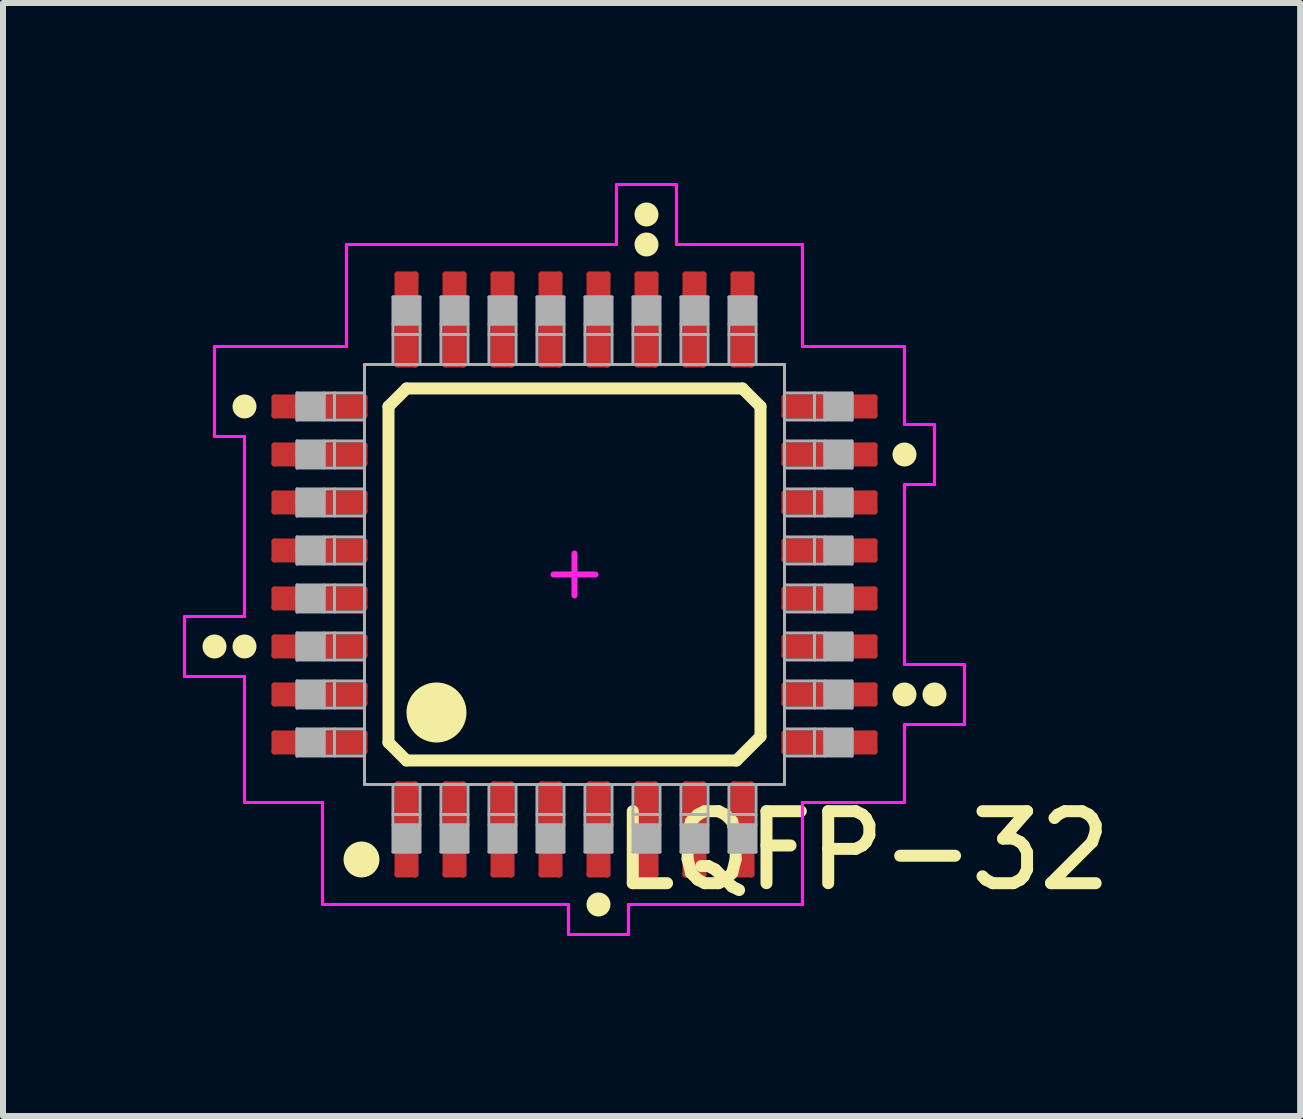
<source format=kicad_pcb>
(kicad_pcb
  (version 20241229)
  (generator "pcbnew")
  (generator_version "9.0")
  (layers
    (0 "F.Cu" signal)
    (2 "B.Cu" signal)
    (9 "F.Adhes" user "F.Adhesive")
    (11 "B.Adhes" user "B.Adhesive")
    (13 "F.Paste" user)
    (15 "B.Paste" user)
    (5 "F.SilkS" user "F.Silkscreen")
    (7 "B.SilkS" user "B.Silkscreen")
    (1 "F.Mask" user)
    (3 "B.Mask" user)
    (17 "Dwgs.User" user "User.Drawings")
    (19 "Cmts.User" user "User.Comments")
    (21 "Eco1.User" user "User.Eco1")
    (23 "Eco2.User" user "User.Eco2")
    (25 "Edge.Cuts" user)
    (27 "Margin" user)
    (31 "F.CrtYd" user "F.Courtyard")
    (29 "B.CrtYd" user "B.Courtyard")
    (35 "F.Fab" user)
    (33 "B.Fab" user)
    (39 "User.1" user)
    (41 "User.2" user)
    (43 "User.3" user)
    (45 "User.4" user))
  (footprint "LQFP-32"
    (layer "F.Cu")
    (at 6.525 6.525)
    (property "Reference" "LQFP-32" (at 4.8 4.6 0) (layer "F.SilkS") (effects (font (size 1.2 1.2) (thickness 0.2))))
    (attr through_hole)
    (fp_line (start -5 -2.95) (end -3.5 -2.95) (stroke (width 0.1) (type solid)) (layer "F.Cu"))
    (fp_line (start -5 -2.65) (end -5 -2.95) (stroke (width 0.1) (type solid)) (layer "F.Cu"))
    (fp_line (start -5 -2.65) (end -3.5 -2.65) (stroke (width 0.1) (type solid)) (layer "F.Cu"))
    (fp_line (start -5 -2.15) (end -3.5 -2.15) (stroke (width 0.1) (type solid)) (layer "F.Cu"))
    (fp_line (start -5 -1.85) (end -5 -2.15) (stroke (width 0.1) (type solid)) (layer "F.Cu"))
    (fp_line (start -5 -1.85) (end -3.5 -1.85) (stroke (width 0.1) (type solid)) (layer "F.Cu"))
    (fp_line (start -5 -1.35) (end -3.5 -1.35) (stroke (width 0.1) (type solid)) (layer "F.Cu"))
    (fp_line (start -5 -1.05) (end -5 -1.35) (stroke (width 0.1) (type solid)) (layer "F.Cu"))
    (fp_line (start -5 -1.05) (end -3.5 -1.05) (stroke (width 0.1) (type solid)) (layer "F.Cu"))
    (fp_line (start -5 -0.55) (end -3.5 -0.55) (stroke (width 0.1) (type solid)) (layer "F.Cu"))
    (fp_line (start -5 -0.25) (end -5 -0.55) (stroke (width 0.1) (type solid)) (layer "F.Cu"))
    (fp_line (start -5 -0.25) (end -3.5 -0.25) (stroke (width 0.1) (type solid)) (layer "F.Cu"))
    (fp_line (start -5 0.25) (end -3.5 0.25) (stroke (width 0.1) (type solid)) (layer "F.Cu"))
    (fp_line (start -5 0.55) (end -5 0.25) (stroke (width 0.1) (type solid)) (layer "F.Cu"))
    (fp_line (start -5 0.55) (end -3.5 0.55) (stroke (width 0.1) (type solid)) (layer "F.Cu"))
    (fp_line (start -5 1.05) (end -3.5 1.05) (stroke (width 0.1) (type solid)) (layer "F.Cu"))
    (fp_line (start -5 1.35) (end -5 1.05) (stroke (width 0.1) (type solid)) (layer "F.Cu"))
    (fp_line (start -5 1.35) (end -3.5 1.35) (stroke (width 0.1) (type solid)) (layer "F.Cu"))
    (fp_line (start -5 1.85) (end -3.5 1.85) (stroke (width 0.1) (type solid)) (layer "F.Cu"))
    (fp_line (start -5 2.15) (end -5 1.85) (stroke (width 0.1) (type solid)) (layer "F.Cu"))
    (fp_line (start -5 2.15) (end -3.5 2.15) (stroke (width 0.1) (type solid)) (layer "F.Cu"))
    (fp_line (start -5 2.65) (end -3.5 2.65) (stroke (width 0.1) (type solid)) (layer "F.Cu"))
    (fp_line (start -5 2.95) (end -5 2.65) (stroke (width 0.1) (type solid)) (layer "F.Cu"))
    (fp_line (start -5 2.95) (end -3.5 2.95) (stroke (width 0.1) (type solid)) (layer "F.Cu"))
    (fp_line (start -3.5 -2.65) (end -3.5 -2.95) (stroke (width 0.1) (type solid)) (layer "F.Cu"))
    (fp_line (start -3.5 -1.85) (end -3.5 -2.15) (stroke (width 0.1) (type solid)) (layer "F.Cu"))
    (fp_line (start -3.5 -1.05) (end -3.5 -1.35) (stroke (width 0.1) (type solid)) (layer "F.Cu"))
    (fp_line (start -3.5 -0.25) (end -3.5 -0.55) (stroke (width 0.1) (type solid)) (layer "F.Cu"))
    (fp_line (start -3.5 0.55) (end -3.5 0.25) (stroke (width 0.1) (type solid)) (layer "F.Cu"))
    (fp_line (start -3.5 1.35) (end -3.5 1.05) (stroke (width 0.1) (type solid)) (layer "F.Cu"))
    (fp_line (start -3.5 2.15) (end -3.5 1.85) (stroke (width 0.1) (type solid)) (layer "F.Cu"))
    (fp_line (start -3.5 2.95) (end -3.5 2.65) (stroke (width 0.1) (type solid)) (layer "F.Cu"))
    (fp_line (start -2.95 -5) (end -2.95 -3.5) (stroke (width 0.1) (type solid)) (layer "F.Cu"))
    (fp_line (start -2.95 -5) (end -2.65 -5) (stroke (width 0.1) (type solid)) (layer "F.Cu"))
    (fp_line (start -2.95 -3.5) (end -2.65 -3.5) (stroke (width 0.1) (type solid)) (layer "F.Cu"))
    (fp_line (start -2.95 3.5) (end -2.95 5) (stroke (width 0.1) (type solid)) (layer "F.Cu"))
    (fp_line (start -2.95 3.5) (end -2.65 3.5) (stroke (width 0.1) (type solid)) (layer "F.Cu"))
    (fp_line (start -2.95 5) (end -2.65 5) (stroke (width 0.1) (type solid)) (layer "F.Cu"))
    (fp_line (start -2.65 -5) (end -2.65 -3.5) (stroke (width 0.1) (type solid)) (layer "F.Cu"))
    (fp_line (start -2.65 3.5) (end -2.65 5) (stroke (width 0.1) (type solid)) (layer "F.Cu"))
    (fp_line (start -2.15 -5) (end -2.15 -3.5) (stroke (width 0.1) (type solid)) (layer "F.Cu"))
    (fp_line (start -2.15 -5) (end -1.85 -5) (stroke (width 0.1) (type solid)) (layer "F.Cu"))
    (fp_line (start -2.15 -3.5) (end -1.85 -3.5) (stroke (width 0.1) (type solid)) (layer "F.Cu"))
    (fp_line (start -2.15 3.5) (end -2.15 5) (stroke (width 0.1) (type solid)) (layer "F.Cu"))
    (fp_line (start -2.15 3.5) (end -1.85 3.5) (stroke (width 0.1) (type solid)) (layer "F.Cu"))
    (fp_line (start -2.15 5) (end -1.85 5) (stroke (width 0.1) (type solid)) (layer "F.Cu"))
    (fp_line (start -1.85 -5) (end -1.85 -3.5) (stroke (width 0.1) (type solid)) (layer "F.Cu"))
    (fp_line (start -1.85 3.5) (end -1.85 5) (stroke (width 0.1) (type solid)) (layer "F.Cu"))
    (fp_line (start -1.35 -5) (end -1.35 -3.5) (stroke (width 0.1) (type solid)) (layer "F.Cu"))
    (fp_line (start -1.35 -5) (end -1.05 -5) (stroke (width 0.1) (type solid)) (layer "F.Cu"))
    (fp_line (start -1.35 -3.5) (end -1.05 -3.5) (stroke (width 0.1) (type solid)) (layer "F.Cu"))
    (fp_line (start -1.35 3.5) (end -1.35 5) (stroke (width 0.1) (type solid)) (layer "F.Cu"))
    (fp_line (start -1.35 3.5) (end -1.05 3.5) (stroke (width 0.1) (type solid)) (layer "F.Cu"))
    (fp_line (start -1.35 5) (end -1.05 5) (stroke (width 0.1) (type solid)) (layer "F.Cu"))
    (fp_line (start -1.05 -5) (end -1.05 -3.5) (stroke (width 0.1) (type solid)) (layer "F.Cu"))
    (fp_line (start -1.05 3.5) (end -1.05 5) (stroke (width 0.1) (type solid)) (layer "F.Cu"))
    (fp_line (start -0.55 -5) (end -0.55 -3.5) (stroke (width 0.1) (type solid)) (layer "F.Cu"))
    (fp_line (start -0.55 -5) (end -0.25 -5) (stroke (width 0.1) (type solid)) (layer "F.Cu"))
    (fp_line (start -0.55 -3.5) (end -0.25 -3.5) (stroke (width 0.1) (type solid)) (layer "F.Cu"))
    (fp_line (start -0.55 3.5) (end -0.55 5) (stroke (width 0.1) (type solid)) (layer "F.Cu"))
    (fp_line (start -0.55 3.5) (end -0.25 3.5) (stroke (width 0.1) (type solid)) (layer "F.Cu"))
    (fp_line (start -0.55 5) (end -0.25 5) (stroke (width 0.1) (type solid)) (layer "F.Cu"))
    (fp_line (start -0.25 -5) (end -0.25 -3.5) (stroke (width 0.1) (type solid)) (layer "F.Cu"))
    (fp_line (start -0.25 3.5) (end -0.25 5) (stroke (width 0.1) (type solid)) (layer "F.Cu"))
    (fp_line (start 0.25 -5) (end 0.25 -3.5) (stroke (width 0.1) (type solid)) (layer "F.Cu"))
    (fp_line (start 0.25 -5) (end 0.55 -5) (stroke (width 0.1) (type solid)) (layer "F.Cu"))
    (fp_line (start 0.25 -3.5) (end 0.55 -3.5) (stroke (width 0.1) (type solid)) (layer "F.Cu"))
    (fp_line (start 0.25 3.5) (end 0.25 5) (stroke (width 0.1) (type solid)) (layer "F.Cu"))
    (fp_line (start 0.25 3.5) (end 0.55 3.5) (stroke (width 0.1) (type solid)) (layer "F.Cu"))
    (fp_line (start 0.25 5) (end 0.55 5) (stroke (width 0.1) (type solid)) (layer "F.Cu"))
    (fp_line (start 0.55 -5) (end 0.55 -3.5) (stroke (width 0.1) (type solid)) (layer "F.Cu"))
    (fp_line (start 0.55 3.5) (end 0.55 5) (stroke (width 0.1) (type solid)) (layer "F.Cu"))
    (fp_line (start 1.05 -5) (end 1.05 -3.5) (stroke (width 0.1) (type solid)) (layer "F.Cu"))
    (fp_line (start 1.05 -5) (end 1.35 -5) (stroke (width 0.1) (type solid)) (layer "F.Cu"))
    (fp_line (start 1.05 -3.5) (end 1.35 -3.5) (stroke (width 0.1) (type solid)) (layer "F.Cu"))
    (fp_line (start 1.05 3.5) (end 1.05 5) (stroke (width 0.1) (type solid)) (layer "F.Cu"))
    (fp_line (start 1.05 3.5) (end 1.35 3.5) (stroke (width 0.1) (type solid)) (layer "F.Cu"))
    (fp_line (start 1.05 5) (end 1.35 5) (stroke (width 0.1) (type solid)) (layer "F.Cu"))
    (fp_line (start 1.35 -5) (end 1.35 -3.5) (stroke (width 0.1) (type solid)) (layer "F.Cu"))
    (fp_line (start 1.35 3.5) (end 1.35 5) (stroke (width 0.1) (type solid)) (layer "F.Cu"))
    (fp_line (start 1.85 -5) (end 1.85 -3.5) (stroke (width 0.1) (type solid)) (layer "F.Cu"))
    (fp_line (start 1.85 -5) (end 2.15 -5) (stroke (width 0.1) (type solid)) (layer "F.Cu"))
    (fp_line (start 1.85 -3.5) (end 2.15 -3.5) (stroke (width 0.1) (type solid)) (layer "F.Cu"))
    (fp_line (start 1.85 3.5) (end 1.85 5) (stroke (width 0.1) (type solid)) (layer "F.Cu"))
    (fp_line (start 1.85 3.5) (end 2.15 3.5) (stroke (width 0.1) (type solid)) (layer "F.Cu"))
    (fp_line (start 1.85 5) (end 2.15 5) (stroke (width 0.1) (type solid)) (layer "F.Cu"))
    (fp_line (start 2.15 -5) (end 2.15 -3.5) (stroke (width 0.1) (type solid)) (layer "F.Cu"))
    (fp_line (start 2.15 3.5) (end 2.15 5) (stroke (width 0.1) (type solid)) (layer "F.Cu"))
    (fp_line (start 2.65 -5) (end 2.65 -3.5) (stroke (width 0.1) (type solid)) (layer "F.Cu"))
    (fp_line (start 2.65 -5) (end 2.95 -5) (stroke (width 0.1) (type solid)) (layer "F.Cu"))
    (fp_line (start 2.65 -3.5) (end 2.95 -3.5) (stroke (width 0.1) (type solid)) (layer "F.Cu"))
    (fp_line (start 2.65 3.5) (end 2.65 5) (stroke (width 0.1) (type solid)) (layer "F.Cu"))
    (fp_line (start 2.65 3.5) (end 2.95 3.5) (stroke (width 0.1) (type solid)) (layer "F.Cu"))
    (fp_line (start 2.65 5) (end 2.95 5) (stroke (width 0.1) (type solid)) (layer "F.Cu"))
    (fp_line (start 2.95 -5) (end 2.95 -3.5) (stroke (width 0.1) (type solid)) (layer "F.Cu"))
    (fp_line (start 2.95 3.5) (end 2.95 5) (stroke (width 0.1) (type solid)) (layer "F.Cu"))
    (fp_line (start 3.5 -2.95) (end 5 -2.95) (stroke (width 0.1) (type solid)) (layer "F.Cu"))
    (fp_line (start 3.5 -2.65) (end 3.5 -2.95) (stroke (width 0.1) (type solid)) (layer "F.Cu"))
    (fp_line (start 3.5 -2.65) (end 5 -2.65) (stroke (width 0.1) (type solid)) (layer "F.Cu"))
    (fp_line (start 3.5 -2.15) (end 5 -2.15) (stroke (width 0.1) (type solid)) (layer "F.Cu"))
    (fp_line (start 3.5 -1.85) (end 3.5 -2.15) (stroke (width 0.1) (type solid)) (layer "F.Cu"))
    (fp_line (start 3.5 -1.85) (end 5 -1.85) (stroke (width 0.1) (type solid)) (layer "F.Cu"))
    (fp_line (start 3.5 -1.35) (end 5 -1.35) (stroke (width 0.1) (type solid)) (layer "F.Cu"))
    (fp_line (start 3.5 -1.05) (end 3.5 -1.35) (stroke (width 0.1) (type solid)) (layer "F.Cu"))
    (fp_line (start 3.5 -1.05) (end 5 -1.05) (stroke (width 0.1) (type solid)) (layer "F.Cu"))
    (fp_line (start 3.5 -0.55) (end 5 -0.55) (stroke (width 0.1) (type solid)) (layer "F.Cu"))
    (fp_line (start 3.5 -0.25) (end 3.5 -0.55) (stroke (width 0.1) (type solid)) (layer "F.Cu"))
    (fp_line (start 3.5 -0.25) (end 5 -0.25) (stroke (width 0.1) (type solid)) (layer "F.Cu"))
    (fp_line (start 3.5 0.25) (end 5 0.25) (stroke (width 0.1) (type solid)) (layer "F.Cu"))
    (fp_line (start 3.5 0.55) (end 3.5 0.25) (stroke (width 0.1) (type solid)) (layer "F.Cu"))
    (fp_line (start 3.5 0.55) (end 5 0.55) (stroke (width 0.1) (type solid)) (layer "F.Cu"))
    (fp_line (start 3.5 1.05) (end 5 1.05) (stroke (width 0.1) (type solid)) (layer "F.Cu"))
    (fp_line (start 3.5 1.35) (end 3.5 1.05) (stroke (width 0.1) (type solid)) (layer "F.Cu"))
    (fp_line (start 3.5 1.35) (end 5 1.35) (stroke (width 0.1) (type solid)) (layer "F.Cu"))
    (fp_line (start 3.5 1.85) (end 5 1.85) (stroke (width 0.1) (type solid)) (layer "F.Cu"))
    (fp_line (start 3.5 2.15) (end 3.5 1.85) (stroke (width 0.1) (type solid)) (layer "F.Cu"))
    (fp_line (start 3.5 2.15) (end 5 2.15) (stroke (width 0.1) (type solid)) (layer "F.Cu"))
    (fp_line (start 3.5 2.65) (end 5 2.65) (stroke (width 0.1) (type solid)) (layer "F.Cu"))
    (fp_line (start 3.5 2.95) (end 3.5 2.65) (stroke (width 0.1) (type solid)) (layer "F.Cu"))
    (fp_line (start 3.5 2.95) (end 5 2.95) (stroke (width 0.1) (type solid)) (layer "F.Cu"))
    (fp_line (start 5 -2.65) (end 5 -2.95) (stroke (width 0.1) (type solid)) (layer "F.Cu"))
    (fp_line (start 5 -1.85) (end 5 -2.15) (stroke (width 0.1) (type solid)) (layer "F.Cu"))
    (fp_line (start 5 -1.05) (end 5 -1.35) (stroke (width 0.1) (type solid)) (layer "F.Cu"))
    (fp_line (start 5 -0.25) (end 5 -0.55) (stroke (width 0.1) (type solid)) (layer "F.Cu"))
    (fp_line (start 5 0.55) (end 5 0.25) (stroke (width 0.1) (type solid)) (layer "F.Cu"))
    (fp_line (start 5 1.35) (end 5 1.05) (stroke (width 0.1) (type solid)) (layer "F.Cu"))
    (fp_line (start 5 2.15) (end 5 1.85) (stroke (width 0.1) (type solid)) (layer "F.Cu"))
    (fp_line (start 5 2.95) (end 5 2.65) (stroke (width 0.1) (type solid)) (layer "F.Cu"))
    (fp_line (start -5.05 -3) (end -5.05 -2.6) (stroke (width 0.2) (type solid)) (layer "F.Mask"))
    (fp_line (start -5.05 -3) (end -3.45 -3) (stroke (width 0.2) (type solid)) (layer "F.Mask"))
    (fp_line (start -5.05 -2.2) (end -5.05 -1.8) (stroke (width 0.2) (type solid)) (layer "F.Mask"))
    (fp_line (start -5.05 -2.2) (end -3.45 -2.2) (stroke (width 0.2) (type solid)) (layer "F.Mask"))
    (fp_line (start -5.05 -1.4) (end -5.05 -1) (stroke (width 0.2) (type solid)) (layer "F.Mask"))
    (fp_line (start -5.05 -1.4) (end -3.45 -1.4) (stroke (width 0.2) (type solid)) (layer "F.Mask"))
    (fp_line (start -5.05 -0.6) (end -5.05 -0.2) (stroke (width 0.2) (type solid)) (layer "F.Mask"))
    (fp_line (start -5.05 -0.6) (end -3.45 -0.6) (stroke (width 0.2) (type solid)) (layer "F.Mask"))
    (fp_line (start -5.05 0.2) (end -5.05 0.6) (stroke (width 0.2) (type solid)) (layer "F.Mask"))
    (fp_line (start -5.05 0.2) (end -3.45 0.2) (stroke (width 0.2) (type solid)) (layer "F.Mask"))
    (fp_line (start -5.05 1) (end -5.05 1.4) (stroke (width 0.2) (type solid)) (layer "F.Mask"))
    (fp_line (start -5.05 1) (end -3.45 1) (stroke (width 0.2) (type solid)) (layer "F.Mask"))
    (fp_line (start -5.05 1.8) (end -5.05 2.2) (stroke (width 0.2) (type solid)) (layer "F.Mask"))
    (fp_line (start -5.05 1.8) (end -3.45 1.8) (stroke (width 0.2) (type solid)) (layer "F.Mask"))
    (fp_line (start -5.05 2.6) (end -5.05 3) (stroke (width 0.2) (type solid)) (layer "F.Mask"))
    (fp_line (start -5.05 2.6) (end -3.45 2.6) (stroke (width 0.2) (type solid)) (layer "F.Mask"))
    (fp_line (start -3.45 -3) (end -3.45 -2.6) (stroke (width 0.2) (type solid)) (layer "F.Mask"))
    (fp_line (start -3.45 -2.6) (end -5.05 -2.6) (stroke (width 0.2) (type solid)) (layer "F.Mask"))
    (fp_line (start -3.45 -2.2) (end -3.45 -1.8) (stroke (width 0.2) (type solid)) (layer "F.Mask"))
    (fp_line (start -3.45 -1.8) (end -5.05 -1.8) (stroke (width 0.2) (type solid)) (layer "F.Mask"))
    (fp_line (start -3.45 -1.4) (end -3.45 -1) (stroke (width 0.2) (type solid)) (layer "F.Mask"))
    (fp_line (start -3.45 -1) (end -5.05 -1) (stroke (width 0.2) (type solid)) (layer "F.Mask"))
    (fp_line (start -3.45 -0.6) (end -3.45 -0.2) (stroke (width 0.2) (type solid)) (layer "F.Mask"))
    (fp_line (start -3.45 -0.2) (end -5.05 -0.2) (stroke (width 0.2) (type solid)) (layer "F.Mask"))
    (fp_line (start -3.45 0.2) (end -3.45 0.6) (stroke (width 0.2) (type solid)) (layer "F.Mask"))
    (fp_line (start -3.45 0.6) (end -5.05 0.6) (stroke (width 0.2) (type solid)) (layer "F.Mask"))
    (fp_line (start -3.45 1) (end -3.45 1.4) (stroke (width 0.2) (type solid)) (layer "F.Mask"))
    (fp_line (start -3.45 1.4) (end -5.05 1.4) (stroke (width 0.2) (type solid)) (layer "F.Mask"))
    (fp_line (start -3.45 1.8) (end -3.45 2.2) (stroke (width 0.2) (type solid)) (layer "F.Mask"))
    (fp_line (start -3.45 2.2) (end -5.05 2.2) (stroke (width 0.2) (type solid)) (layer "F.Mask"))
    (fp_line (start -3.45 2.6) (end -3.45 3) (stroke (width 0.2) (type solid)) (layer "F.Mask"))
    (fp_line (start -3.45 3) (end -5.05 3) (stroke (width 0.2) (type solid)) (layer "F.Mask"))
    (fp_line (start -3 -3.45) (end -3 -5.05) (stroke (width 0.2) (type solid)) (layer "F.Mask"))
    (fp_line (start -3 5.05) (end -3 3.45) (stroke (width 0.2) (type solid)) (layer "F.Mask"))
    (fp_line (start -2.6 -5.05) (end -3 -5.05) (stroke (width 0.2) (type solid)) (layer "F.Mask"))
    (fp_line (start -2.6 -5.05) (end -2.6 -3.45) (stroke (width 0.2) (type solid)) (layer "F.Mask"))
    (fp_line (start -2.6 -3.45) (end -3 -3.45) (stroke (width 0.2) (type solid)) (layer "F.Mask"))
    (fp_line (start -2.6 3.45) (end -3 3.45) (stroke (width 0.2) (type solid)) (layer "F.Mask"))
    (fp_line (start -2.6 3.45) (end -2.6 5.05) (stroke (width 0.2) (type solid)) (layer "F.Mask"))
    (fp_line (start -2.6 5.05) (end -3 5.05) (stroke (width 0.2) (type solid)) (layer "F.Mask"))
    (fp_line (start -2.2 -3.45) (end -2.2 -5.05) (stroke (width 0.2) (type solid)) (layer "F.Mask"))
    (fp_line (start -2.2 5.05) (end -2.2 3.45) (stroke (width 0.2) (type solid)) (layer "F.Mask"))
    (fp_line (start -1.8 -5.05) (end -2.2 -5.05) (stroke (width 0.2) (type solid)) (layer "F.Mask"))
    (fp_line (start -1.8 -5.05) (end -1.8 -3.45) (stroke (width 0.2) (type solid)) (layer "F.Mask"))
    (fp_line (start -1.8 -3.45) (end -2.2 -3.45) (stroke (width 0.2) (type solid)) (layer "F.Mask"))
    (fp_line (start -1.8 3.45) (end -2.2 3.45) (stroke (width 0.2) (type solid)) (layer "F.Mask"))
    (fp_line (start -1.8 3.45) (end -1.8 5.05) (stroke (width 0.2) (type solid)) (layer "F.Mask"))
    (fp_line (start -1.8 5.05) (end -2.2 5.05) (stroke (width 0.2) (type solid)) (layer "F.Mask"))
    (fp_line (start -1.4 -3.45) (end -1.4 -5.05) (stroke (width 0.2) (type solid)) (layer "F.Mask"))
    (fp_line (start -1.4 5.05) (end -1.4 3.45) (stroke (width 0.2) (type solid)) (layer "F.Mask"))
    (fp_line (start -1 -5.05) (end -1.4 -5.05) (stroke (width 0.2) (type solid)) (layer "F.Mask"))
    (fp_line (start -1 -5.05) (end -1 -3.45) (stroke (width 0.2) (type solid)) (layer "F.Mask"))
    (fp_line (start -1 -3.45) (end -1.4 -3.45) (stroke (width 0.2) (type solid)) (layer "F.Mask"))
    (fp_line (start -1 3.45) (end -1.4 3.45) (stroke (width 0.2) (type solid)) (layer "F.Mask"))
    (fp_line (start -1 3.45) (end -1 5.05) (stroke (width 0.2) (type solid)) (layer "F.Mask"))
    (fp_line (start -1 5.05) (end -1.4 5.05) (stroke (width 0.2) (type solid)) (layer "F.Mask"))
    (fp_line (start -0.6 -3.45) (end -0.6 -5.05) (stroke (width 0.2) (type solid)) (layer "F.Mask"))
    (fp_line (start -0.6 5.05) (end -0.6 3.45) (stroke (width 0.2) (type solid)) (layer "F.Mask"))
    (fp_line (start -0.2 -5.05) (end -0.6 -5.05) (stroke (width 0.2) (type solid)) (layer "F.Mask"))
    (fp_line (start -0.2 -5.05) (end -0.2 -3.45) (stroke (width 0.2) (type solid)) (layer "F.Mask"))
    (fp_line (start -0.2 -3.45) (end -0.6 -3.45) (stroke (width 0.2) (type solid)) (layer "F.Mask"))
    (fp_line (start -0.2 3.45) (end -0.6 3.45) (stroke (width 0.2) (type solid)) (layer "F.Mask"))
    (fp_line (start -0.2 3.45) (end -0.2 5.05) (stroke (width 0.2) (type solid)) (layer "F.Mask"))
    (fp_line (start -0.2 5.05) (end -0.6 5.05) (stroke (width 0.2) (type solid)) (layer "F.Mask"))
    (fp_line (start 0.2 -3.45) (end 0.2 -5.05) (stroke (width 0.2) (type solid)) (layer "F.Mask"))
    (fp_line (start 0.2 5.05) (end 0.2 3.45) (stroke (width 0.2) (type solid)) (layer "F.Mask"))
    (fp_line (start 0.6 -5.05) (end 0.2 -5.05) (stroke (width 0.2) (type solid)) (layer "F.Mask"))
    (fp_line (start 0.6 -5.05) (end 0.6 -3.45) (stroke (width 0.2) (type solid)) (layer "F.Mask"))
    (fp_line (start 0.6 -3.45) (end 0.2 -3.45) (stroke (width 0.2) (type solid)) (layer "F.Mask"))
    (fp_line (start 0.6 3.45) (end 0.2 3.45) (stroke (width 0.2) (type solid)) (layer "F.Mask"))
    (fp_line (start 0.6 3.45) (end 0.6 5.05) (stroke (width 0.2) (type solid)) (layer "F.Mask"))
    (fp_line (start 0.6 5.05) (end 0.2 5.05) (stroke (width 0.2) (type solid)) (layer "F.Mask"))
    (fp_line (start 1 -3.45) (end 1 -5.05) (stroke (width 0.2) (type solid)) (layer "F.Mask"))
    (fp_line (start 1 5.05) (end 1 3.45) (stroke (width 0.2) (type solid)) (layer "F.Mask"))
    (fp_line (start 1.4 -5.05) (end 1 -5.05) (stroke (width 0.2) (type solid)) (layer "F.Mask"))
    (fp_line (start 1.4 -5.05) (end 1.4 -3.45) (stroke (width 0.2) (type solid)) (layer "F.Mask"))
    (fp_line (start 1.4 -3.45) (end 1 -3.45) (stroke (width 0.2) (type solid)) (layer "F.Mask"))
    (fp_line (start 1.4 3.45) (end 1 3.45) (stroke (width 0.2) (type solid)) (layer "F.Mask"))
    (fp_line (start 1.4 3.45) (end 1.4 5.05) (stroke (width 0.2) (type solid)) (layer "F.Mask"))
    (fp_line (start 1.4 5.05) (end 1 5.05) (stroke (width 0.2) (type solid)) (layer "F.Mask"))
    (fp_line (start 1.8 -3.45) (end 1.8 -5.05) (stroke (width 0.2) (type solid)) (layer "F.Mask"))
    (fp_line (start 1.8 5.05) (end 1.8 3.45) (stroke (width 0.2) (type solid)) (layer "F.Mask"))
    (fp_line (start 2.2 -5.05) (end 1.8 -5.05) (stroke (width 0.2) (type solid)) (layer "F.Mask"))
    (fp_line (start 2.2 -5.05) (end 2.2 -3.45) (stroke (width 0.2) (type solid)) (layer "F.Mask"))
    (fp_line (start 2.2 -3.45) (end 1.8 -3.45) (stroke (width 0.2) (type solid)) (layer "F.Mask"))
    (fp_line (start 2.2 3.45) (end 1.8 3.45) (stroke (width 0.2) (type solid)) (layer "F.Mask"))
    (fp_line (start 2.2 3.45) (end 2.2 5.05) (stroke (width 0.2) (type solid)) (layer "F.Mask"))
    (fp_line (start 2.2 5.05) (end 1.8 5.05) (stroke (width 0.2) (type solid)) (layer "F.Mask"))
    (fp_line (start 2.6 -3.45) (end 2.6 -5.05) (stroke (width 0.2) (type solid)) (layer "F.Mask"))
    (fp_line (start 2.6 5.05) (end 2.6 3.45) (stroke (width 0.2) (type solid)) (layer "F.Mask"))
    (fp_line (start 3 -5.05) (end 2.6 -5.05) (stroke (width 0.2) (type solid)) (layer "F.Mask"))
    (fp_line (start 3 -5.05) (end 3 -3.45) (stroke (width 0.2) (type solid)) (layer "F.Mask"))
    (fp_line (start 3 -3.45) (end 2.6 -3.45) (stroke (width 0.2) (type solid)) (layer "F.Mask"))
    (fp_line (start 3 3.45) (end 2.6 3.45) (stroke (width 0.2) (type solid)) (layer "F.Mask"))
    (fp_line (start 3 3.45) (end 3 5.05) (stroke (width 0.2) (type solid)) (layer "F.Mask"))
    (fp_line (start 3 5.05) (end 2.6 5.05) (stroke (width 0.2) (type solid)) (layer "F.Mask"))
    (fp_line (start 3.45 -3) (end 3.45 -2.6) (stroke (width 0.2) (type solid)) (layer "F.Mask"))
    (fp_line (start 3.45 -3) (end 5.05 -3) (stroke (width 0.2) (type solid)) (layer "F.Mask"))
    (fp_line (start 3.45 -2.2) (end 3.45 -1.8) (stroke (width 0.2) (type solid)) (layer "F.Mask"))
    (fp_line (start 3.45 -2.2) (end 5.05 -2.2) (stroke (width 0.2) (type solid)) (layer "F.Mask"))
    (fp_line (start 3.45 -1.4) (end 3.45 -1) (stroke (width 0.2) (type solid)) (layer "F.Mask"))
    (fp_line (start 3.45 -1.4) (end 5.05 -1.4) (stroke (width 0.2) (type solid)) (layer "F.Mask"))
    (fp_line (start 3.45 -0.6) (end 3.45 -0.2) (stroke (width 0.2) (type solid)) (layer "F.Mask"))
    (fp_line (start 3.45 -0.6) (end 5.05 -0.6) (stroke (width 0.2) (type solid)) (layer "F.Mask"))
    (fp_line (start 3.45 0.2) (end 3.45 0.6) (stroke (width 0.2) (type solid)) (layer "F.Mask"))
    (fp_line (start 3.45 0.2) (end 5.05 0.2) (stroke (width 0.2) (type solid)) (layer "F.Mask"))
    (fp_line (start 3.45 1) (end 3.45 1.4) (stroke (width 0.2) (type solid)) (layer "F.Mask"))
    (fp_line (start 3.45 1) (end 5.05 1) (stroke (width 0.2) (type solid)) (layer "F.Mask"))
    (fp_line (start 3.45 1.8) (end 3.45 2.2) (stroke (width 0.2) (type solid)) (layer "F.Mask"))
    (fp_line (start 3.45 1.8) (end 5.05 1.8) (stroke (width 0.2) (type solid)) (layer "F.Mask"))
    (fp_line (start 3.45 2.6) (end 3.45 3) (stroke (width 0.2) (type solid)) (layer "F.Mask"))
    (fp_line (start 3.45 2.6) (end 5.05 2.6) (stroke (width 0.2) (type solid)) (layer "F.Mask"))
    (fp_line (start 5.05 -3) (end 5.05 -2.6) (stroke (width 0.2) (type solid)) (layer "F.Mask"))
    (fp_line (start 5.05 -2.6) (end 3.45 -2.6) (stroke (width 0.2) (type solid)) (layer "F.Mask"))
    (fp_line (start 5.05 -2.2) (end 5.05 -1.8) (stroke (width 0.2) (type solid)) (layer "F.Mask"))
    (fp_line (start 5.05 -1.8) (end 3.45 -1.8) (stroke (width 0.2) (type solid)) (layer "F.Mask"))
    (fp_line (start 5.05 -1.4) (end 5.05 -1) (stroke (width 0.2) (type solid)) (layer "F.Mask"))
    (fp_line (start 5.05 -1) (end 3.45 -1) (stroke (width 0.2) (type solid)) (layer "F.Mask"))
    (fp_line (start 5.05 -0.6) (end 5.05 -0.2) (stroke (width 0.2) (type solid)) (layer "F.Mask"))
    (fp_line (start 5.05 -0.2) (end 3.45 -0.2) (stroke (width 0.2) (type solid)) (layer "F.Mask"))
    (fp_line (start 5.05 0.2) (end 5.05 0.6) (stroke (width 0.2) (type solid)) (layer "F.Mask"))
    (fp_line (start 5.05 0.6) (end 3.45 0.6) (stroke (width 0.2) (type solid)) (layer "F.Mask"))
    (fp_line (start 5.05 1) (end 5.05 1.4) (stroke (width 0.2) (type solid)) (layer "F.Mask"))
    (fp_line (start 5.05 1.4) (end 3.45 1.4) (stroke (width 0.2) (type solid)) (layer "F.Mask"))
    (fp_line (start 5.05 1.8) (end 5.05 2.2) (stroke (width 0.2) (type solid)) (layer "F.Mask"))
    (fp_line (start 5.05 2.2) (end 3.45 2.2) (stroke (width 0.2) (type solid)) (layer "F.Mask"))
    (fp_line (start 5.05 2.6) (end 5.05 3) (stroke (width 0.2) (type solid)) (layer "F.Mask"))
    (fp_line (start 5.05 3) (end 3.45 3) (stroke (width 0.2) (type solid)) (layer "F.Mask"))
    (fp_line (start -3.1 -2.8) (end -2.8 -3.1) (stroke (width 0.2) (type solid)) (layer "F.SilkS"))
    (fp_line (start -3.1 2.8) (end -3.1 -2.8) (stroke (width 0.2) (type solid)) (layer "F.SilkS"))
    (fp_line (start -3.1 2.8) (end -2.8 3.1) (stroke (width 0.2) (type solid)) (layer "F.SilkS"))
    (fp_line (start -2.8 -3.1) (end 2.8 -3.1) (stroke (width 0.2) (type solid)) (layer "F.SilkS"))
    (fp_line (start 2.7 3.1) (end -2.8 3.1) (stroke (width 0.2) (type solid)) (layer "F.SilkS"))
    (fp_line (start 2.8 -3.1) (end 3.1 -2.8) (stroke (width 0.2) (type solid)) (layer "F.SilkS"))
    (fp_line (start 3.1 -2.8) (end 3.1 2.7) (stroke (width 0.2) (type solid)) (layer "F.SilkS"))
    (fp_line (start 3.1 2.7) (end 2.7 3.1) (stroke (width 0.2) (type solid)) (layer "F.SilkS"))
    (fp_circle (center -6 1.2) (end -5.9 1.2) (stroke (width 0.2) (type solid)) (fill no) (layer "F.SilkS"))
    (fp_circle (center -5.5 -2.8) (end -5.4 -2.8) (stroke (width 0.2) (type solid)) (fill no) (layer "F.SilkS"))
    (fp_circle (center -5.5 1.2) (end -5.4 1.2) (stroke (width 0.2) (type solid)) (fill no) (layer "F.SilkS"))
    (fp_circle (center -3.55 4.75) (end -3.45 4.75) (stroke (width 0.2) (type solid)) (fill no) (layer "F.SilkS"))
    (fp_circle (center -3.55 4.75) (end -3.35 4.75) (stroke (width 0.2) (type solid)) (fill no) (layer "F.SilkS"))
    (fp_circle (center -2.3 2.3) (end -2.6 2.3) (stroke (width 0.2) (type solid)) (fill no) (layer "F.SilkS"))
    (fp_circle (center -2.3 2.3) (end -2.5 2.3) (stroke (width 0.2) (type solid)) (fill no) (layer "F.SilkS"))
    (fp_circle (center -2.3 2.3) (end -2.4 2.3) (stroke (width 0.2) (type solid)) (fill no) (layer "F.SilkS"))
    (fp_circle (center -2.3 2.3) (end -1.9 2.3) (stroke (width 0.2) (type solid)) (fill no) (layer "F.SilkS"))
    (fp_circle (center 0.4 5.5) (end 0.4 5.4) (stroke (width 0.2) (type solid)) (fill no) (layer "F.SilkS"))
    (fp_circle (center 1.2 -6) (end 1.2 -6.1) (stroke (width 0.2) (type solid)) (fill no) (layer "F.SilkS"))
    (fp_circle (center 1.2 -5.5) (end 1.2 -5.6) (stroke (width 0.2) (type solid)) (fill no) (layer "F.SilkS"))
    (fp_circle (center 5.5 -2) (end 5.6 -2) (stroke (width 0.2) (type solid)) (fill no) (layer "F.SilkS"))
    (fp_circle (center 5.5 2) (end 5.6 2) (stroke (width 0.2) (type solid)) (fill no) (layer "F.SilkS"))
    (fp_circle (center 6 2) (end 6.1 2) (stroke (width 0.2) (type solid)) (fill no) (layer "F.SilkS"))
    (fp_line (start -5 -2.95) (end -3.5 -2.95) (stroke (width 0.05) (type solid)) (layer "F.Paste"))
    (fp_line (start -5 -2.65) (end -5 -2.95) (stroke (width 0.05) (type solid)) (layer "F.Paste"))
    (fp_line (start -5 -2.15) (end -3.5 -2.15) (stroke (width 0.05) (type solid)) (layer "F.Paste"))
    (fp_line (start -5 -1.85) (end -5 -2.15) (stroke (width 0.05) (type solid)) (layer "F.Paste"))
    (fp_line (start -5 -1.35) (end -3.5 -1.35) (stroke (width 0.05) (type solid)) (layer "F.Paste"))
    (fp_line (start -5 -1.05) (end -5 -1.35) (stroke (width 0.05) (type solid)) (layer "F.Paste"))
    (fp_line (start -5 -0.55) (end -3.5 -0.55) (stroke (width 0.05) (type solid)) (layer "F.Paste"))
    (fp_line (start -5 -0.25) (end -5 -0.55) (stroke (width 0.05) (type solid)) (layer "F.Paste"))
    (fp_line (start -5 0.25) (end -3.5 0.25) (stroke (width 0.05) (type solid)) (layer "F.Paste"))
    (fp_line (start -5 0.55) (end -5 0.25) (stroke (width 0.05) (type solid)) (layer "F.Paste"))
    (fp_line (start -5 1.05) (end -3.5 1.05) (stroke (width 0.05) (type solid)) (layer "F.Paste"))
    (fp_line (start -5 1.35) (end -5 1.05) (stroke (width 0.05) (type solid)) (layer "F.Paste"))
    (fp_line (start -5 1.85) (end -3.5 1.85) (stroke (width 0.05) (type solid)) (layer "F.Paste"))
    (fp_line (start -5 2.15) (end -5 1.85) (stroke (width 0.05) (type solid)) (layer "F.Paste"))
    (fp_line (start -5 2.65) (end -3.5 2.65) (stroke (width 0.05) (type solid)) (layer "F.Paste"))
    (fp_line (start -5 2.95) (end -5 2.65) (stroke (width 0.05) (type solid)) (layer "F.Paste"))
    (fp_line (start -3.5 -2.95) (end -3.5 -2.65) (stroke (width 0.05) (type solid)) (layer "F.Paste"))
    (fp_line (start -3.5 -2.65) (end -5 -2.65) (stroke (width 0.05) (type solid)) (layer "F.Paste"))
    (fp_line (start -3.5 -2.15) (end -3.5 -1.85) (stroke (width 0.05) (type solid)) (layer "F.Paste"))
    (fp_line (start -3.5 -1.85) (end -5 -1.85) (stroke (width 0.05) (type solid)) (layer "F.Paste"))
    (fp_line (start -3.5 -1.35) (end -3.5 -1.05) (stroke (width 0.05) (type solid)) (layer "F.Paste"))
    (fp_line (start -3.5 -1.05) (end -5 -1.05) (stroke (width 0.05) (type solid)) (layer "F.Paste"))
    (fp_line (start -3.5 -0.55) (end -3.5 -0.25) (stroke (width 0.05) (type solid)) (layer "F.Paste"))
    (fp_line (start -3.5 -0.25) (end -5 -0.25) (stroke (width 0.05) (type solid)) (layer "F.Paste"))
    (fp_line (start -3.5 0.25) (end -3.5 0.55) (stroke (width 0.05) (type solid)) (layer "F.Paste"))
    (fp_line (start -3.5 0.55) (end -5 0.55) (stroke (width 0.05) (type solid)) (layer "F.Paste"))
    (fp_line (start -3.5 1.05) (end -3.5 1.35) (stroke (width 0.05) (type solid)) (layer "F.Paste"))
    (fp_line (start -3.5 1.35) (end -5 1.35) (stroke (width 0.05) (type solid)) (layer "F.Paste"))
    (fp_line (start -3.5 1.85) (end -3.5 2.15) (stroke (width 0.05) (type solid)) (layer "F.Paste"))
    (fp_line (start -3.5 2.15) (end -5 2.15) (stroke (width 0.05) (type solid)) (layer "F.Paste"))
    (fp_line (start -3.5 2.65) (end -3.5 2.95) (stroke (width 0.05) (type solid)) (layer "F.Paste"))
    (fp_line (start -3.5 2.95) (end -5 2.95) (stroke (width 0.05) (type solid)) (layer "F.Paste"))
    (fp_line (start -2.95 -5) (end -2.65 -5) (stroke (width 0.05) (type solid)) (layer "F.Paste"))
    (fp_line (start -2.95 -3.5) (end -2.95 -5) (stroke (width 0.05) (type solid)) (layer "F.Paste"))
    (fp_line (start -2.95 3.5) (end -2.65 3.5) (stroke (width 0.05) (type solid)) (layer "F.Paste"))
    (fp_line (start -2.95 5) (end -2.95 3.5) (stroke (width 0.05) (type solid)) (layer "F.Paste"))
    (fp_line (start -2.65 -5) (end -2.65 -3.5) (stroke (width 0.05) (type solid)) (layer "F.Paste"))
    (fp_line (start -2.65 -3.5) (end -2.95 -3.5) (stroke (width 0.05) (type solid)) (layer "F.Paste"))
    (fp_line (start -2.65 3.5) (end -2.65 5) (stroke (width 0.05) (type solid)) (layer "F.Paste"))
    (fp_line (start -2.65 5) (end -2.95 5) (stroke (width 0.05) (type solid)) (layer "F.Paste"))
    (fp_line (start -2.15 -5) (end -1.85 -5) (stroke (width 0.05) (type solid)) (layer "F.Paste"))
    (fp_line (start -2.15 -3.5) (end -2.15 -5) (stroke (width 0.05) (type solid)) (layer "F.Paste"))
    (fp_line (start -2.15 3.5) (end -1.85 3.5) (stroke (width 0.05) (type solid)) (layer "F.Paste"))
    (fp_line (start -2.15 5) (end -2.15 3.5) (stroke (width 0.05) (type solid)) (layer "F.Paste"))
    (fp_line (start -1.85 -5) (end -1.85 -3.5) (stroke (width 0.05) (type solid)) (layer "F.Paste"))
    (fp_line (start -1.85 -3.5) (end -2.15 -3.5) (stroke (width 0.05) (type solid)) (layer "F.Paste"))
    (fp_line (start -1.85 3.5) (end -1.85 5) (stroke (width 0.05) (type solid)) (layer "F.Paste"))
    (fp_line (start -1.85 5) (end -2.15 5) (stroke (width 0.05) (type solid)) (layer "F.Paste"))
    (fp_line (start -1.35 -5) (end -1.05 -5) (stroke (width 0.05) (type solid)) (layer "F.Paste"))
    (fp_line (start -1.35 -3.5) (end -1.35 -5) (stroke (width 0.05) (type solid)) (layer "F.Paste"))
    (fp_line (start -1.35 3.5) (end -1.05 3.5) (stroke (width 0.05) (type solid)) (layer "F.Paste"))
    (fp_line (start -1.35 5) (end -1.35 3.5) (stroke (width 0.05) (type solid)) (layer "F.Paste"))
    (fp_line (start -1.05 -5) (end -1.05 -3.5) (stroke (width 0.05) (type solid)) (layer "F.Paste"))
    (fp_line (start -1.05 -3.5) (end -1.35 -3.5) (stroke (width 0.05) (type solid)) (layer "F.Paste"))
    (fp_line (start -1.05 3.5) (end -1.05 5) (stroke (width 0.05) (type solid)) (layer "F.Paste"))
    (fp_line (start -1.05 5) (end -1.35 5) (stroke (width 0.05) (type solid)) (layer "F.Paste"))
    (fp_line (start -0.55 -5) (end -0.25 -5) (stroke (width 0.05) (type solid)) (layer "F.Paste"))
    (fp_line (start -0.55 -3.5) (end -0.55 -5) (stroke (width 0.05) (type solid)) (layer "F.Paste"))
    (fp_line (start -0.55 3.5) (end -0.25 3.5) (stroke (width 0.05) (type solid)) (layer "F.Paste"))
    (fp_line (start -0.55 5) (end -0.55 3.5) (stroke (width 0.05) (type solid)) (layer "F.Paste"))
    (fp_line (start -0.25 -5) (end -0.25 -3.5) (stroke (width 0.05) (type solid)) (layer "F.Paste"))
    (fp_line (start -0.25 -3.5) (end -0.55 -3.5) (stroke (width 0.05) (type solid)) (layer "F.Paste"))
    (fp_line (start -0.25 3.5) (end -0.25 5) (stroke (width 0.05) (type solid)) (layer "F.Paste"))
    (fp_line (start -0.25 5) (end -0.55 5) (stroke (width 0.05) (type solid)) (layer "F.Paste"))
    (fp_line (start 0.25 -5) (end 0.55 -5) (stroke (width 0.05) (type solid)) (layer "F.Paste"))
    (fp_line (start 0.25 -3.5) (end 0.25 -5) (stroke (width 0.05) (type solid)) (layer "F.Paste"))
    (fp_line (start 0.25 3.5) (end 0.55 3.5) (stroke (width 0.05) (type solid)) (layer "F.Paste"))
    (fp_line (start 0.25 5) (end 0.25 3.5) (stroke (width 0.05) (type solid)) (layer "F.Paste"))
    (fp_line (start 0.55 -5) (end 0.55 -3.5) (stroke (width 0.05) (type solid)) (layer "F.Paste"))
    (fp_line (start 0.55 -3.5) (end 0.25 -3.5) (stroke (width 0.05) (type solid)) (layer "F.Paste"))
    (fp_line (start 0.55 3.5) (end 0.55 5) (stroke (width 0.05) (type solid)) (layer "F.Paste"))
    (fp_line (start 0.55 5) (end 0.25 5) (stroke (width 0.05) (type solid)) (layer "F.Paste"))
    (fp_line (start 1.05 -5) (end 1.35 -5) (stroke (width 0.05) (type solid)) (layer "F.Paste"))
    (fp_line (start 1.05 -3.5) (end 1.05 -5) (stroke (width 0.05) (type solid)) (layer "F.Paste"))
    (fp_line (start 1.05 3.5) (end 1.35 3.5) (stroke (width 0.05) (type solid)) (layer "F.Paste"))
    (fp_line (start 1.05 5) (end 1.05 3.5) (stroke (width 0.05) (type solid)) (layer "F.Paste"))
    (fp_line (start 1.35 -5) (end 1.35 -3.5) (stroke (width 0.05) (type solid)) (layer "F.Paste"))
    (fp_line (start 1.35 -3.5) (end 1.05 -3.5) (stroke (width 0.05) (type solid)) (layer "F.Paste"))
    (fp_line (start 1.35 3.5) (end 1.35 5) (stroke (width 0.05) (type solid)) (layer "F.Paste"))
    (fp_line (start 1.35 5) (end 1.05 5) (stroke (width 0.05) (type solid)) (layer "F.Paste"))
    (fp_line (start 1.85 -5) (end 2.15 -5) (stroke (width 0.05) (type solid)) (layer "F.Paste"))
    (fp_line (start 1.85 -3.5) (end 1.85 -5) (stroke (width 0.05) (type solid)) (layer "F.Paste"))
    (fp_line (start 1.85 3.5) (end 2.15 3.5) (stroke (width 0.05) (type solid)) (layer "F.Paste"))
    (fp_line (start 1.85 5) (end 1.85 3.5) (stroke (width 0.05) (type solid)) (layer "F.Paste"))
    (fp_line (start 2.15 -5) (end 2.15 -3.5) (stroke (width 0.05) (type solid)) (layer "F.Paste"))
    (fp_line (start 2.15 -3.5) (end 1.85 -3.5) (stroke (width 0.05) (type solid)) (layer "F.Paste"))
    (fp_line (start 2.15 3.5) (end 2.15 5) (stroke (width 0.05) (type solid)) (layer "F.Paste"))
    (fp_line (start 2.15 5) (end 1.85 5) (stroke (width 0.05) (type solid)) (layer "F.Paste"))
    (fp_line (start 2.65 -5) (end 2.95 -5) (stroke (width 0.05) (type solid)) (layer "F.Paste"))
    (fp_line (start 2.65 -3.5) (end 2.65 -5) (stroke (width 0.05) (type solid)) (layer "F.Paste"))
    (fp_line (start 2.65 3.5) (end 2.95 3.5) (stroke (width 0.05) (type solid)) (layer "F.Paste"))
    (fp_line (start 2.65 5) (end 2.65 3.5) (stroke (width 0.05) (type solid)) (layer "F.Paste"))
    (fp_line (start 2.95 -5) (end 2.95 -3.5) (stroke (width 0.05) (type solid)) (layer "F.Paste"))
    (fp_line (start 2.95 -3.5) (end 2.65 -3.5) (stroke (width 0.05) (type solid)) (layer "F.Paste"))
    (fp_line (start 2.95 3.5) (end 2.95 5) (stroke (width 0.05) (type solid)) (layer "F.Paste"))
    (fp_line (start 2.95 5) (end 2.65 5) (stroke (width 0.05) (type solid)) (layer "F.Paste"))
    (fp_line (start 3.5 -2.95) (end 5 -2.95) (stroke (width 0.05) (type solid)) (layer "F.Paste"))
    (fp_line (start 3.5 -2.65) (end 3.5 -2.95) (stroke (width 0.05) (type solid)) (layer "F.Paste"))
    (fp_line (start 3.5 -2.15) (end 5 -2.15) (stroke (width 0.05) (type solid)) (layer "F.Paste"))
    (fp_line (start 3.5 -1.85) (end 3.5 -2.15) (stroke (width 0.05) (type solid)) (layer "F.Paste"))
    (fp_line (start 3.5 -1.35) (end 5 -1.35) (stroke (width 0.05) (type solid)) (layer "F.Paste"))
    (fp_line (start 3.5 -1.05) (end 3.5 -1.35) (stroke (width 0.05) (type solid)) (layer "F.Paste"))
    (fp_line (start 3.5 -0.55) (end 5 -0.55) (stroke (width 0.05) (type solid)) (layer "F.Paste"))
    (fp_line (start 3.5 -0.25) (end 3.5 -0.55) (stroke (width 0.05) (type solid)) (layer "F.Paste"))
    (fp_line (start 3.5 0.25) (end 5 0.25) (stroke (width 0.05) (type solid)) (layer "F.Paste"))
    (fp_line (start 3.5 0.55) (end 3.5 0.25) (stroke (width 0.05) (type solid)) (layer "F.Paste"))
    (fp_line (start 3.5 1.05) (end 5 1.05) (stroke (width 0.05) (type solid)) (layer "F.Paste"))
    (fp_line (start 3.5 1.35) (end 3.5 1.05) (stroke (width 0.05) (type solid)) (layer "F.Paste"))
    (fp_line (start 3.5 1.85) (end 5 1.85) (stroke (width 0.05) (type solid)) (layer "F.Paste"))
    (fp_line (start 3.5 2.15) (end 3.5 1.85) (stroke (width 0.05) (type solid)) (layer "F.Paste"))
    (fp_line (start 3.5 2.65) (end 5 2.65) (stroke (width 0.05) (type solid)) (layer "F.Paste"))
    (fp_line (start 3.5 2.95) (end 3.5 2.65) (stroke (width 0.05) (type solid)) (layer "F.Paste"))
    (fp_line (start 5 -2.95) (end 5 -2.65) (stroke (width 0.05) (type solid)) (layer "F.Paste"))
    (fp_line (start 5 -2.65) (end 3.5 -2.65) (stroke (width 0.05) (type solid)) (layer "F.Paste"))
    (fp_line (start 5 -2.15) (end 5 -1.85) (stroke (width 0.05) (type solid)) (layer "F.Paste"))
    (fp_line (start 5 -1.85) (end 3.5 -1.85) (stroke (width 0.05) (type solid)) (layer "F.Paste"))
    (fp_line (start 5 -1.35) (end 5 -1.05) (stroke (width 0.05) (type solid)) (layer "F.Paste"))
    (fp_line (start 5 -1.05) (end 3.5 -1.05) (stroke (width 0.05) (type solid)) (layer "F.Paste"))
    (fp_line (start 5 -0.55) (end 5 -0.25) (stroke (width 0.05) (type solid)) (layer "F.Paste"))
    (fp_line (start 5 -0.25) (end 3.5 -0.25) (stroke (width 0.05) (type solid)) (layer "F.Paste"))
    (fp_line (start 5 0.25) (end 5 0.55) (stroke (width 0.05) (type solid)) (layer "F.Paste"))
    (fp_line (start 5 0.55) (end 3.5 0.55) (stroke (width 0.05) (type solid)) (layer "F.Paste"))
    (fp_line (start 5 1.05) (end 5 1.35) (stroke (width 0.05) (type solid)) (layer "F.Paste"))
    (fp_line (start 5 1.35) (end 3.5 1.35) (stroke (width 0.05) (type solid)) (layer "F.Paste"))
    (fp_line (start 5 1.85) (end 5 2.15) (stroke (width 0.05) (type solid)) (layer "F.Paste"))
    (fp_line (start 5 2.15) (end 3.5 2.15) (stroke (width 0.05) (type solid)) (layer "F.Paste"))
    (fp_line (start 5 2.65) (end 5 2.95) (stroke (width 0.05) (type solid)) (layer "F.Paste"))
    (fp_line (start 5 2.95) (end 3.5 2.95) (stroke (width 0.05) (type solid)) (layer "F.Paste"))
    (fp_line (start -6.5 0.7) (end -5.5 0.7) (stroke (width 0.05) (type solid)) (layer "F.CrtYd"))
    (fp_line (start -6.5 1.7) (end -6.5 0.7) (stroke (width 0.05) (type solid)) (layer "F.CrtYd"))
    (fp_line (start -6 -3.8) (end -3.8 -3.8) (stroke (width 0.05) (type solid)) (layer "F.CrtYd"))
    (fp_line (start -6 -2.3) (end -6 -3.8) (stroke (width 0.05) (type solid)) (layer "F.CrtYd"))
    (fp_line (start -5.5 -2.3) (end -6 -2.3) (stroke (width 0.05) (type solid)) (layer "F.CrtYd"))
    (fp_line (start -5.5 0.7) (end -5.5 -2.3) (stroke (width 0.05) (type solid)) (layer "F.CrtYd"))
    (fp_line (start -5.5 1.7) (end -6.5 1.7) (stroke (width 0.05) (type solid)) (layer "F.CrtYd"))
    (fp_line (start -5.5 3.8) (end -5.5 1.7) (stroke (width 0.05) (type solid)) (layer "F.CrtYd"))
    (fp_line (start -4.2 3.8) (end -5.5 3.8) (stroke (width 0.05) (type solid)) (layer "F.CrtYd"))
    (fp_line (start -4.2 5.5) (end -4.2 3.8) (stroke (width 0.05) (type solid)) (layer "F.CrtYd"))
    (fp_line (start -3.8 -5.5) (end 0.7 -5.5) (stroke (width 0.05) (type solid)) (layer "F.CrtYd"))
    (fp_line (start -3.8 -3.8) (end -3.8 -5.5) (stroke (width 0.05) (type solid)) (layer "F.CrtYd"))
    (fp_line (start -0.1 5.5) (end -4.2 5.5) (stroke (width 0.05) (type solid)) (layer "F.CrtYd"))
    (fp_line (start -0.1 6) (end -0.1 5.5) (stroke (width 0.05) (type solid)) (layer "F.CrtYd"))
    (fp_line (start 0 -0.35) (end 0 0.35) (stroke (width 0.1) (type solid)) (layer "F.CrtYd"))
    (fp_line (start 0.35 0) (end -0.35 0) (stroke (width 0.1) (type solid)) (layer "F.CrtYd"))
    (fp_line (start 0.7 -6.5) (end 1.7 -6.5) (stroke (width 0.05) (type solid)) (layer "F.CrtYd"))
    (fp_line (start 0.7 -5.5) (end 0.7 -6.5) (stroke (width 0.05) (type solid)) (layer "F.CrtYd"))
    (fp_line (start 0.9 5.5) (end 0.9 6) (stroke (width 0.05) (type solid)) (layer "F.CrtYd"))
    (fp_line (start 0.9 6) (end -0.1 6) (stroke (width 0.05) (type solid)) (layer "F.CrtYd"))
    (fp_line (start 1.7 -6.5) (end 1.7 -5.5) (stroke (width 0.05) (type solid)) (layer "F.CrtYd"))
    (fp_line (start 1.7 -5.5) (end 3.8 -5.5) (stroke (width 0.05) (type solid)) (layer "F.CrtYd"))
    (fp_line (start 3.8 -5.5) (end 3.8 -3.8) (stroke (width 0.05) (type solid)) (layer "F.CrtYd"))
    (fp_line (start 3.8 -3.8) (end 5.5 -3.8) (stroke (width 0.05) (type solid)) (layer "F.CrtYd"))
    (fp_line (start 3.8 3.8) (end 3.8 5.5) (stroke (width 0.05) (type solid)) (layer "F.CrtYd"))
    (fp_line (start 3.8 5.5) (end 0.9 5.5) (stroke (width 0.05) (type solid)) (layer "F.CrtYd"))
    (fp_line (start 5.5 -3.8) (end 5.5 -2.5) (stroke (width 0.05) (type solid)) (layer "F.CrtYd"))
    (fp_line (start 5.5 -2.5) (end 6 -2.5) (stroke (width 0.05) (type solid)) (layer "F.CrtYd"))
    (fp_line (start 5.5 -1.5) (end 5.5 1.5) (stroke (width 0.05) (type solid)) (layer "F.CrtYd"))
    (fp_line (start 5.5 1.5) (end 6.5 1.5) (stroke (width 0.05) (type solid)) (layer "F.CrtYd"))
    (fp_line (start 5.5 2.5) (end 5.5 3.8) (stroke (width 0.05) (type solid)) (layer "F.CrtYd"))
    (fp_line (start 5.5 3.8) (end 3.8 3.8) (stroke (width 0.05) (type solid)) (layer "F.CrtYd"))
    (fp_line (start 6 -2.5) (end 6 -1.5) (stroke (width 0.05) (type solid)) (layer "F.CrtYd"))
    (fp_line (start 6 -1.5) (end 5.5 -1.5) (stroke (width 0.05) (type solid)) (layer "F.CrtYd"))
    (fp_line (start 6.5 1.5) (end 6.5 2.5) (stroke (width 0.05) (type solid)) (layer "F.CrtYd"))
    (fp_line (start 6.5 2.5) (end 5.5 2.5) (stroke (width 0.05) (type solid)) (layer "F.CrtYd"))
    (fp_line (start -4.625 -3.025) (end -3.5 -3.025) (stroke (width 0.05) (type solid)) (layer "F.Fab"))
    (fp_line (start -4.625 -2.575) (end -4.625 -3.025) (stroke (width 0.05) (type solid)) (layer "F.Fab"))
    (fp_line (start -4.625 -2.225) (end -3.5 -2.225) (stroke (width 0.05) (type solid)) (layer "F.Fab"))
    (fp_line (start -4.625 -1.775) (end -4.625 -2.225) (stroke (width 0.05) (type solid)) (layer "F.Fab"))
    (fp_line (start -4.625 -1.425) (end -3.5 -1.425) (stroke (width 0.05) (type solid)) (layer "F.Fab"))
    (fp_line (start -4.625 -0.975) (end -4.625 -1.425) (stroke (width 0.05) (type solid)) (layer "F.Fab"))
    (fp_line (start -4.625 -0.625) (end -3.5 -0.625) (stroke (width 0.05) (type solid)) (layer "F.Fab"))
    (fp_line (start -4.625 -0.175) (end -4.625 -0.625) (stroke (width 0.05) (type solid)) (layer "F.Fab"))
    (fp_line (start -4.625 0.175) (end -3.5 0.175) (stroke (width 0.05) (type solid)) (layer "F.Fab"))
    (fp_line (start -4.625 0.625) (end -4.625 0.175) (stroke (width 0.05) (type solid)) (layer "F.Fab"))
    (fp_line (start -4.625 0.975) (end -3.5 0.975) (stroke (width 0.05) (type solid)) (layer "F.Fab"))
    (fp_line (start -4.625 1.425) (end -4.625 0.975) (stroke (width 0.05) (type solid)) (layer "F.Fab"))
    (fp_line (start -4.625 1.775) (end -3.5 1.775) (stroke (width 0.05) (type solid)) (layer "F.Fab"))
    (fp_line (start -4.625 2.225) (end -4.625 1.775) (stroke (width 0.05) (type solid)) (layer "F.Fab"))
    (fp_line (start -4.625 2.575) (end -3.5 2.575) (stroke (width 0.05) (type solid)) (layer "F.Fab"))
    (fp_line (start -4.625 3.025) (end -4.625 2.575) (stroke (width 0.05) (type solid)) (layer "F.Fab"))
    (fp_line (start -4.175 -3.025) (end -4.175 -2.575) (stroke (width 0.05) (type solid)) (layer "F.Fab"))
    (fp_line (start -4.175 -3) (end -4.625 -3) (stroke (width 0.05) (type solid)) (layer "F.Fab"))
    (fp_line (start -4.175 -2.975) (end -4.625 -2.975) (stroke (width 0.05) (type solid)) (layer "F.Fab"))
    (fp_line (start -4.175 -2.95) (end -4.625 -2.95) (stroke (width 0.05) (type solid)) (layer "F.Fab"))
    (fp_line (start -4.175 -2.925) (end -4.625 -2.925) (stroke (width 0.05) (type solid)) (layer "F.Fab"))
    (fp_line (start -4.175 -2.9) (end -4.625 -2.9) (stroke (width 0.05) (type solid)) (layer "F.Fab"))
    (fp_line (start -4.175 -2.875) (end -4.625 -2.875) (stroke (width 0.05) (type solid)) (layer "F.Fab"))
    (fp_line (start -4.175 -2.85) (end -4.625 -2.85) (stroke (width 0.05) (type solid)) (layer "F.Fab"))
    (fp_line (start -4.175 -2.825) (end -4.625 -2.825) (stroke (width 0.05) (type solid)) (layer "F.Fab"))
    (fp_line (start -4.175 -2.8) (end -4.625 -2.8) (stroke (width 0.05) (type solid)) (layer "F.Fab"))
    (fp_line (start -4.175 -2.8) (end -4.625 -2.8) (stroke (width 0.05) (type solid)) (layer "F.Fab"))
    (fp_line (start -4.175 -2.775) (end -4.625 -2.775) (stroke (width 0.05) (type solid)) (layer "F.Fab"))
    (fp_line (start -4.175 -2.75) (end -4.625 -2.75) (stroke (width 0.05) (type solid)) (layer "F.Fab"))
    (fp_line (start -4.175 -2.725) (end -4.625 -2.725) (stroke (width 0.05) (type solid)) (layer "F.Fab"))
    (fp_line (start -4.175 -2.7) (end -4.625 -2.7) (stroke (width 0.05) (type solid)) (layer "F.Fab"))
    (fp_line (start -4.175 -2.675) (end -4.625 -2.675) (stroke (width 0.05) (type solid)) (layer "F.Fab"))
    (fp_line (start -4.175 -2.65) (end -4.625 -2.65) (stroke (width 0.05) (type solid)) (layer "F.Fab"))
    (fp_line (start -4.175 -2.625) (end -4.625 -2.625) (stroke (width 0.05) (type solid)) (layer "F.Fab"))
    (fp_line (start -4.175 -2.6) (end -4.625 -2.6) (stroke (width 0.05) (type solid)) (layer "F.Fab"))
    (fp_line (start -4.175 -2.225) (end -4.175 -1.775) (stroke (width 0.05) (type solid)) (layer "F.Fab"))
    (fp_line (start -4.175 -2.2) (end -4.625 -2.2) (stroke (width 0.05) (type solid)) (layer "F.Fab"))
    (fp_line (start -4.175 -2.175) (end -4.625 -2.175) (stroke (width 0.05) (type solid)) (layer "F.Fab"))
    (fp_line (start -4.175 -2.15) (end -4.625 -2.15) (stroke (width 0.05) (type solid)) (layer "F.Fab"))
    (fp_line (start -4.175 -2.125) (end -4.625 -2.125) (stroke (width 0.05) (type solid)) (layer "F.Fab"))
    (fp_line (start -4.175 -2.1) (end -4.625 -2.1) (stroke (width 0.05) (type solid)) (layer "F.Fab"))
    (fp_line (start -4.175 -2.075) (end -4.625 -2.075) (stroke (width 0.05) (type solid)) (layer "F.Fab"))
    (fp_line (start -4.175 -2.05) (end -4.625 -2.05) (stroke (width 0.05) (type solid)) (layer "F.Fab"))
    (fp_line (start -4.175 -2.025) (end -4.625 -2.025) (stroke (width 0.05) (type solid)) (layer "F.Fab"))
    (fp_line (start -4.175 -2) (end -4.625 -2) (stroke (width 0.05) (type solid)) (layer "F.Fab"))
    (fp_line (start -4.175 -2) (end -4.625 -2) (stroke (width 0.05) (type solid)) (layer "F.Fab"))
    (fp_line (start -4.175 -1.975) (end -4.625 -1.975) (stroke (width 0.05) (type solid)) (layer "F.Fab"))
    (fp_line (start -4.175 -1.95) (end -4.625 -1.95) (stroke (width 0.05) (type solid)) (layer "F.Fab"))
    (fp_line (start -4.175 -1.925) (end -4.625 -1.925) (stroke (width 0.05) (type solid)) (layer "F.Fab"))
    (fp_line (start -4.175 -1.9) (end -4.625 -1.9) (stroke (width 0.05) (type solid)) (layer "F.Fab"))
    (fp_line (start -4.175 -1.875) (end -4.625 -1.875) (stroke (width 0.05) (type solid)) (layer "F.Fab"))
    (fp_line (start -4.175 -1.85) (end -4.625 -1.85) (stroke (width 0.05) (type solid)) (layer "F.Fab"))
    (fp_line (start -4.175 -1.825) (end -4.625 -1.825) (stroke (width 0.05) (type solid)) (layer "F.Fab"))
    (fp_line (start -4.175 -1.8) (end -4.625 -1.8) (stroke (width 0.05) (type solid)) (layer "F.Fab"))
    (fp_line (start -4.175 -1.425) (end -4.175 -0.975) (stroke (width 0.05) (type solid)) (layer "F.Fab"))
    (fp_line (start -4.175 -1.4) (end -4.625 -1.4) (stroke (width 0.05) (type solid)) (layer "F.Fab"))
    (fp_line (start -4.175 -1.375) (end -4.625 -1.375) (stroke (width 0.05) (type solid)) (layer "F.Fab"))
    (fp_line (start -4.175 -1.35) (end -4.625 -1.35) (stroke (width 0.05) (type solid)) (layer "F.Fab"))
    (fp_line (start -4.175 -1.325) (end -4.625 -1.325) (stroke (width 0.05) (type solid)) (layer "F.Fab"))
    (fp_line (start -4.175 -1.3) (end -4.625 -1.3) (stroke (width 0.05) (type solid)) (layer "F.Fab"))
    (fp_line (start -4.175 -1.275) (end -4.625 -1.275) (stroke (width 0.05) (type solid)) (layer "F.Fab"))
    (fp_line (start -4.175 -1.25) (end -4.625 -1.25) (stroke (width 0.05) (type solid)) (layer "F.Fab"))
    (fp_line (start -4.175 -1.225) (end -4.625 -1.225) (stroke (width 0.05) (type solid)) (layer "F.Fab"))
    (fp_line (start -4.175 -1.2) (end -4.625 -1.2) (stroke (width 0.05) (type solid)) (layer "F.Fab"))
    (fp_line (start -4.175 -1.2) (end -4.625 -1.2) (stroke (width 0.05) (type solid)) (layer "F.Fab"))
    (fp_line (start -4.175 -1.175) (end -4.625 -1.175) (stroke (width 0.05) (type solid)) (layer "F.Fab"))
    (fp_line (start -4.175 -1.15) (end -4.625 -1.15) (stroke (width 0.05) (type solid)) (layer "F.Fab"))
    (fp_line (start -4.175 -1.125) (end -4.625 -1.125) (stroke (width 0.05) (type solid)) (layer "F.Fab"))
    (fp_line (start -4.175 -1.1) (end -4.625 -1.1) (stroke (width 0.05) (type solid)) (layer "F.Fab"))
    (fp_line (start -4.175 -1.075) (end -4.625 -1.075) (stroke (width 0.05) (type solid)) (layer "F.Fab"))
    (fp_line (start -4.175 -1.05) (end -4.625 -1.05) (stroke (width 0.05) (type solid)) (layer "F.Fab"))
    (fp_line (start -4.175 -1.025) (end -4.625 -1.025) (stroke (width 0.05) (type solid)) (layer "F.Fab"))
    (fp_line (start -4.175 -1) (end -4.625 -1) (stroke (width 0.05) (type solid)) (layer "F.Fab"))
    (fp_line (start -4.175 -0.625) (end -4.175 -0.175) (stroke (width 0.05) (type solid)) (layer "F.Fab"))
    (fp_line (start -4.175 -0.6) (end -4.625 -0.6) (stroke (width 0.05) (type solid)) (layer "F.Fab"))
    (fp_line (start -4.175 -0.575) (end -4.625 -0.575) (stroke (width 0.05) (type solid)) (layer "F.Fab"))
    (fp_line (start -4.175 -0.55) (end -4.625 -0.55) (stroke (width 0.05) (type solid)) (layer "F.Fab"))
    (fp_line (start -4.175 -0.525) (end -4.625 -0.525) (stroke (width 0.05) (type solid)) (layer "F.Fab"))
    (fp_line (start -4.175 -0.5) (end -4.625 -0.5) (stroke (width 0.05) (type solid)) (layer "F.Fab"))
    (fp_line (start -4.175 -0.475) (end -4.625 -0.475) (stroke (width 0.05) (type solid)) (layer "F.Fab"))
    (fp_line (start -4.175 -0.45) (end -4.625 -0.45) (stroke (width 0.05) (type solid)) (layer "F.Fab"))
    (fp_line (start -4.175 -0.425) (end -4.625 -0.425) (stroke (width 0.05) (type solid)) (layer "F.Fab"))
    (fp_line (start -4.175 -0.4) (end -4.625 -0.4) (stroke (width 0.05) (type solid)) (layer "F.Fab"))
    (fp_line (start -4.175 -0.4) (end -4.625 -0.4) (stroke (width 0.05) (type solid)) (layer "F.Fab"))
    (fp_line (start -4.175 -0.375) (end -4.625 -0.375) (stroke (width 0.05) (type solid)) (layer "F.Fab"))
    (fp_line (start -4.175 -0.35) (end -4.625 -0.35) (stroke (width 0.05) (type solid)) (layer "F.Fab"))
    (fp_line (start -4.175 -0.325) (end -4.625 -0.325) (stroke (width 0.05) (type solid)) (layer "F.Fab"))
    (fp_line (start -4.175 -0.3) (end -4.625 -0.3) (stroke (width 0.05) (type solid)) (layer "F.Fab"))
    (fp_line (start -4.175 -0.275) (end -4.625 -0.275) (stroke (width 0.05) (type solid)) (layer "F.Fab"))
    (fp_line (start -4.175 -0.25) (end -4.625 -0.25) (stroke (width 0.05) (type solid)) (layer "F.Fab"))
    (fp_line (start -4.175 -0.225) (end -4.625 -0.225) (stroke (width 0.05) (type solid)) (layer "F.Fab"))
    (fp_line (start -4.175 -0.2) (end -4.625 -0.2) (stroke (width 0.05) (type solid)) (layer "F.Fab"))
    (fp_line (start -4.175 0.175) (end -4.175 0.625) (stroke (width 0.05) (type solid)) (layer "F.Fab"))
    (fp_line (start -4.175 0.2) (end -4.625 0.2) (stroke (width 0.05) (type solid)) (layer "F.Fab"))
    (fp_line (start -4.175 0.225) (end -4.625 0.225) (stroke (width 0.05) (type solid)) (layer "F.Fab"))
    (fp_line (start -4.175 0.25) (end -4.625 0.25) (stroke (width 0.05) (type solid)) (layer "F.Fab"))
    (fp_line (start -4.175 0.275) (end -4.625 0.275) (stroke (width 0.05) (type solid)) (layer "F.Fab"))
    (fp_line (start -4.175 0.3) (end -4.625 0.3) (stroke (width 0.05) (type solid)) (layer "F.Fab"))
    (fp_line (start -4.175 0.325) (end -4.625 0.325) (stroke (width 0.05) (type solid)) (layer "F.Fab"))
    (fp_line (start -4.175 0.35) (end -4.625 0.35) (stroke (width 0.05) (type solid)) (layer "F.Fab"))
    (fp_line (start -4.175 0.375) (end -4.625 0.375) (stroke (width 0.05) (type solid)) (layer "F.Fab"))
    (fp_line (start -4.175 0.4) (end -4.625 0.4) (stroke (width 0.05) (type solid)) (layer "F.Fab"))
    (fp_line (start -4.175 0.4) (end -4.625 0.4) (stroke (width 0.05) (type solid)) (layer "F.Fab"))
    (fp_line (start -4.175 0.425) (end -4.625 0.425) (stroke (width 0.05) (type solid)) (layer "F.Fab"))
    (fp_line (start -4.175 0.45) (end -4.625 0.45) (stroke (width 0.05) (type solid)) (layer "F.Fab"))
    (fp_line (start -4.175 0.475) (end -4.625 0.475) (stroke (width 0.05) (type solid)) (layer "F.Fab"))
    (fp_line (start -4.175 0.5) (end -4.625 0.5) (stroke (width 0.05) (type solid)) (layer "F.Fab"))
    (fp_line (start -4.175 0.525) (end -4.625 0.525) (stroke (width 0.05) (type solid)) (layer "F.Fab"))
    (fp_line (start -4.175 0.55) (end -4.625 0.55) (stroke (width 0.05) (type solid)) (layer "F.Fab"))
    (fp_line (start -4.175 0.575) (end -4.625 0.575) (stroke (width 0.05) (type solid)) (layer "F.Fab"))
    (fp_line (start -4.175 0.6) (end -4.625 0.6) (stroke (width 0.05) (type solid)) (layer "F.Fab"))
    (fp_line (start -4.175 0.975) (end -4.175 1.425) (stroke (width 0.05) (type solid)) (layer "F.Fab"))
    (fp_line (start -4.175 1) (end -4.625 1) (stroke (width 0.05) (type solid)) (layer "F.Fab"))
    (fp_line (start -4.175 1.025) (end -4.625 1.025) (stroke (width 0.05) (type solid)) (layer "F.Fab"))
    (fp_line (start -4.175 1.05) (end -4.625 1.05) (stroke (width 0.05) (type solid)) (layer "F.Fab"))
    (fp_line (start -4.175 1.075) (end -4.625 1.075) (stroke (width 0.05) (type solid)) (layer "F.Fab"))
    (fp_line (start -4.175 1.1) (end -4.625 1.1) (stroke (width 0.05) (type solid)) (layer "F.Fab"))
    (fp_line (start -4.175 1.125) (end -4.625 1.125) (stroke (width 0.05) (type solid)) (layer "F.Fab"))
    (fp_line (start -4.175 1.15) (end -4.625 1.15) (stroke (width 0.05) (type solid)) (layer "F.Fab"))
    (fp_line (start -4.175 1.175) (end -4.625 1.175) (stroke (width 0.05) (type solid)) (layer "F.Fab"))
    (fp_line (start -4.175 1.2) (end -4.625 1.2) (stroke (width 0.05) (type solid)) (layer "F.Fab"))
    (fp_line (start -4.175 1.2) (end -4.625 1.2) (stroke (width 0.05) (type solid)) (layer "F.Fab"))
    (fp_line (start -4.175 1.225) (end -4.625 1.225) (stroke (width 0.05) (type solid)) (layer "F.Fab"))
    (fp_line (start -4.175 1.25) (end -4.625 1.25) (stroke (width 0.05) (type solid)) (layer "F.Fab"))
    (fp_line (start -4.175 1.275) (end -4.625 1.275) (stroke (width 0.05) (type solid)) (layer "F.Fab"))
    (fp_line (start -4.175 1.3) (end -4.625 1.3) (stroke (width 0.05) (type solid)) (layer "F.Fab"))
    (fp_line (start -4.175 1.325) (end -4.625 1.325) (stroke (width 0.05) (type solid)) (layer "F.Fab"))
    (fp_line (start -4.175 1.35) (end -4.625 1.35) (stroke (width 0.05) (type solid)) (layer "F.Fab"))
    (fp_line (start -4.175 1.375) (end -4.625 1.375) (stroke (width 0.05) (type solid)) (layer "F.Fab"))
    (fp_line (start -4.175 1.4) (end -4.625 1.4) (stroke (width 0.05) (type solid)) (layer "F.Fab"))
    (fp_line (start -4.175 1.775) (end -4.175 2.225) (stroke (width 0.05) (type solid)) (layer "F.Fab"))
    (fp_line (start -4.175 1.8) (end -4.625 1.8) (stroke (width 0.05) (type solid)) (layer "F.Fab"))
    (fp_line (start -4.175 1.825) (end -4.625 1.825) (stroke (width 0.05) (type solid)) (layer "F.Fab"))
    (fp_line (start -4.175 1.85) (end -4.625 1.85) (stroke (width 0.05) (type solid)) (layer "F.Fab"))
    (fp_line (start -4.175 1.875) (end -4.625 1.875) (stroke (width 0.05) (type solid)) (layer "F.Fab"))
    (fp_line (start -4.175 1.9) (end -4.625 1.9) (stroke (width 0.05) (type solid)) (layer "F.Fab"))
    (fp_line (start -4.175 1.925) (end -4.625 1.925) (stroke (width 0.05) (type solid)) (layer "F.Fab"))
    (fp_line (start -4.175 1.95) (end -4.625 1.95) (stroke (width 0.05) (type solid)) (layer "F.Fab"))
    (fp_line (start -4.175 1.975) (end -4.625 1.975) (stroke (width 0.05) (type solid)) (layer "F.Fab"))
    (fp_line (start -4.175 2) (end -4.625 2) (stroke (width 0.05) (type solid)) (layer "F.Fab"))
    (fp_line (start -4.175 2) (end -4.625 2) (stroke (width 0.05) (type solid)) (layer "F.Fab"))
    (fp_line (start -4.175 2.025) (end -4.625 2.025) (stroke (width 0.05) (type solid)) (layer "F.Fab"))
    (fp_line (start -4.175 2.05) (end -4.625 2.05) (stroke (width 0.05) (type solid)) (layer "F.Fab"))
    (fp_line (start -4.175 2.075) (end -4.625 2.075) (stroke (width 0.05) (type solid)) (layer "F.Fab"))
    (fp_line (start -4.175 2.1) (end -4.625 2.1) (stroke (width 0.05) (type solid)) (layer "F.Fab"))
    (fp_line (start -4.175 2.125) (end -4.625 2.125) (stroke (width 0.05) (type solid)) (layer "F.Fab"))
    (fp_line (start -4.175 2.15) (end -4.625 2.15) (stroke (width 0.05) (type solid)) (layer "F.Fab"))
    (fp_line (start -4.175 2.175) (end -4.625 2.175) (stroke (width 0.05) (type solid)) (layer "F.Fab"))
    (fp_line (start -4.175 2.2) (end -4.625 2.2) (stroke (width 0.05) (type solid)) (layer "F.Fab"))
    (fp_line (start -4.175 2.575) (end -4.175 3.025) (stroke (width 0.05) (type solid)) (layer "F.Fab"))
    (fp_line (start -4.175 2.6) (end -4.625 2.6) (stroke (width 0.05) (type solid)) (layer "F.Fab"))
    (fp_line (start -4.175 2.625) (end -4.625 2.625) (stroke (width 0.05) (type solid)) (layer "F.Fab"))
    (fp_line (start -4.175 2.65) (end -4.625 2.65) (stroke (width 0.05) (type solid)) (layer "F.Fab"))
    (fp_line (start -4.175 2.675) (end -4.625 2.675) (stroke (width 0.05) (type solid)) (layer "F.Fab"))
    (fp_line (start -4.175 2.7) (end -4.625 2.7) (stroke (width 0.05) (type solid)) (layer "F.Fab"))
    (fp_line (start -4.175 2.725) (end -4.625 2.725) (stroke (width 0.05) (type solid)) (layer "F.Fab"))
    (fp_line (start -4.175 2.75) (end -4.625 2.75) (stroke (width 0.05) (type solid)) (layer "F.Fab"))
    (fp_line (start -4.175 2.775) (end -4.625 2.775) (stroke (width 0.05) (type solid)) (layer "F.Fab"))
    (fp_line (start -4.175 2.8) (end -4.625 2.8) (stroke (width 0.05) (type solid)) (layer "F.Fab"))
    (fp_line (start -4.175 2.8) (end -4.625 2.8) (stroke (width 0.05) (type solid)) (layer "F.Fab"))
    (fp_line (start -4.175 2.825) (end -4.625 2.825) (stroke (width 0.05) (type solid)) (layer "F.Fab"))
    (fp_line (start -4.175 2.85) (end -4.625 2.85) (stroke (width 0.05) (type solid)) (layer "F.Fab"))
    (fp_line (start -4.175 2.875) (end -4.625 2.875) (stroke (width 0.05) (type solid)) (layer "F.Fab"))
    (fp_line (start -4.175 2.9) (end -4.625 2.9) (stroke (width 0.05) (type solid)) (layer "F.Fab"))
    (fp_line (start -4.175 2.925) (end -4.625 2.925) (stroke (width 0.05) (type solid)) (layer "F.Fab"))
    (fp_line (start -4.175 2.95) (end -4.625 2.95) (stroke (width 0.05) (type solid)) (layer "F.Fab"))
    (fp_line (start -4.175 2.975) (end -4.625 2.975) (stroke (width 0.05) (type solid)) (layer "F.Fab"))
    (fp_line (start -4.175 3) (end -4.625 3) (stroke (width 0.05) (type solid)) (layer "F.Fab"))
    (fp_line (start -4 -2.575) (end -4 -3.025) (stroke (width 0.05) (type solid)) (layer "F.Fab"))
    (fp_line (start -4 -1.775) (end -4 -2.225) (stroke (width 0.05) (type solid)) (layer "F.Fab"))
    (fp_line (start -4 -0.975) (end -4 -1.425) (stroke (width 0.05) (type solid)) (layer "F.Fab"))
    (fp_line (start -4 -0.175) (end -4 -0.625) (stroke (width 0.05) (type solid)) (layer "F.Fab"))
    (fp_line (start -4 0.625) (end -4 0.175) (stroke (width 0.05) (type solid)) (layer "F.Fab"))
    (fp_line (start -4 1.425) (end -4 0.975) (stroke (width 0.05) (type solid)) (layer "F.Fab"))
    (fp_line (start -4 2.225) (end -4 1.775) (stroke (width 0.05) (type solid)) (layer "F.Fab"))
    (fp_line (start -4 3.025) (end -4 2.575) (stroke (width 0.05) (type solid)) (layer "F.Fab"))
    (fp_line (start -3.5 -3.5) (end 3.5 -3.5) (stroke (width 0.05) (type solid)) (layer "F.Fab"))
    (fp_line (start -3.5 -2.8) (end -3.5 -2.575) (stroke (width 0.05) (type solid)) (layer "F.Fab"))
    (fp_line (start -3.5 -2.575) (end -4.625 -2.575) (stroke (width 0.05) (type solid)) (layer "F.Fab"))
    (fp_line (start -3.5 -2) (end -3.5 -1.775) (stroke (width 0.05) (type solid)) (layer "F.Fab"))
    (fp_line (start -3.5 -1.775) (end -4.625 -1.775) (stroke (width 0.05) (type solid)) (layer "F.Fab"))
    (fp_line (start -3.5 -1.2) (end -3.5 -0.975) (stroke (width 0.05) (type solid)) (layer "F.Fab"))
    (fp_line (start -3.5 -0.975) (end -4.625 -0.975) (stroke (width 0.05) (type solid)) (layer "F.Fab"))
    (fp_line (start -3.5 -0.4) (end -3.5 -0.175) (stroke (width 0.05) (type solid)) (layer "F.Fab"))
    (fp_line (start -3.5 -0.175) (end -4.625 -0.175) (stroke (width 0.05) (type solid)) (layer "F.Fab"))
    (fp_line (start -3.5 0.4) (end -3.5 0.625) (stroke (width 0.05) (type solid)) (layer "F.Fab"))
    (fp_line (start -3.5 0.625) (end -4.625 0.625) (stroke (width 0.05) (type solid)) (layer "F.Fab"))
    (fp_line (start -3.5 1.2) (end -3.5 1.425) (stroke (width 0.05) (type solid)) (layer "F.Fab"))
    (fp_line (start -3.5 1.425) (end -4.625 1.425) (stroke (width 0.05) (type solid)) (layer "F.Fab"))
    (fp_line (start -3.5 2) (end -3.5 2.225) (stroke (width 0.05) (type solid)) (layer "F.Fab"))
    (fp_line (start -3.5 2.225) (end -4.625 2.225) (stroke (width 0.05) (type solid)) (layer "F.Fab"))
    (fp_line (start -3.5 2.8) (end -3.5 3.025) (stroke (width 0.05) (type solid)) (layer "F.Fab"))
    (fp_line (start -3.5 3.025) (end -4.625 3.025) (stroke (width 0.05) (type solid)) (layer "F.Fab"))
    (fp_line (start -3.5 3.5) (end -3.5 -3.5) (stroke (width 0.05) (type solid)) (layer "F.Fab"))
    (fp_line (start -3.025 -4.625) (end -2.575 -4.625) (stroke (width 0.05) (type solid)) (layer "F.Fab"))
    (fp_line (start -3.025 -4) (end -2.575 -4) (stroke (width 0.05) (type solid)) (layer "F.Fab"))
    (fp_line (start -3.025 -3.5) (end -3.025 -4.625) (stroke (width 0.05) (type solid)) (layer "F.Fab"))
    (fp_line (start -3.025 4.175) (end -2.575 4.175) (stroke (width 0.05) (type solid)) (layer "F.Fab"))
    (fp_line (start -3.025 4.625) (end -3.025 3.5) (stroke (width 0.05) (type solid)) (layer "F.Fab"))
    (fp_line (start -3 -4.175) (end -3 -4.625) (stroke (width 0.05) (type solid)) (layer "F.Fab"))
    (fp_line (start -3 4.175) (end -3 4.625) (stroke (width 0.05) (type solid)) (layer "F.Fab"))
    (fp_line (start -2.975 -4.175) (end -2.975 -4.625) (stroke (width 0.05) (type solid)) (layer "F.Fab"))
    (fp_line (start -2.975 4.175) (end -2.975 4.625) (stroke (width 0.05) (type solid)) (layer "F.Fab"))
    (fp_line (start -2.95 -4.175) (end -2.95 -4.625) (stroke (width 0.05) (type solid)) (layer "F.Fab"))
    (fp_line (start -2.95 4.175) (end -2.95 4.625) (stroke (width 0.05) (type solid)) (layer "F.Fab"))
    (fp_line (start -2.925 -4.175) (end -2.925 -4.625) (stroke (width 0.05) (type solid)) (layer "F.Fab"))
    (fp_line (start -2.925 4.175) (end -2.925 4.625) (stroke (width 0.05) (type solid)) (layer "F.Fab"))
    (fp_line (start -2.9 -4.175) (end -2.9 -4.625) (stroke (width 0.05) (type solid)) (layer "F.Fab"))
    (fp_line (start -2.9 4.175) (end -2.9 4.625) (stroke (width 0.05) (type solid)) (layer "F.Fab"))
    (fp_line (start -2.875 -4.175) (end -2.875 -4.625) (stroke (width 0.05) (type solid)) (layer "F.Fab"))
    (fp_line (start -2.875 4.175) (end -2.875 4.625) (stroke (width 0.05) (type solid)) (layer "F.Fab"))
    (fp_line (start -2.85 -4.175) (end -2.85 -4.625) (stroke (width 0.05) (type solid)) (layer "F.Fab"))
    (fp_line (start -2.85 4.175) (end -2.85 4.625) (stroke (width 0.05) (type solid)) (layer "F.Fab"))
    (fp_line (start -2.825 -4.175) (end -2.825 -4.625) (stroke (width 0.05) (type solid)) (layer "F.Fab"))
    (fp_line (start -2.825 4.175) (end -2.825 4.625) (stroke (width 0.05) (type solid)) (layer "F.Fab"))
    (fp_line (start -2.8 -4.175) (end -2.8 -4.625) (stroke (width 0.05) (type solid)) (layer "F.Fab"))
    (fp_line (start -2.8 -4.175) (end -2.8 -4.625) (stroke (width 0.05) (type solid)) (layer "F.Fab"))
    (fp_line (start -2.8 -3.5) (end -3.025 -3.5) (stroke (width 0.05) (type solid)) (layer "F.Fab"))
    (fp_line (start -2.8 3.5) (end -2.575 3.5) (stroke (width 0.05) (type solid)) (layer "F.Fab"))
    (fp_line (start -2.8 4.175) (end -2.8 4.625) (stroke (width 0.05) (type solid)) (layer "F.Fab"))
    (fp_line (start -2.8 4.175) (end -2.8 4.625) (stroke (width 0.05) (type solid)) (layer "F.Fab"))
    (fp_line (start -2.775 -4.175) (end -2.775 -4.625) (stroke (width 0.05) (type solid)) (layer "F.Fab"))
    (fp_line (start -2.775 4.175) (end -2.775 4.625) (stroke (width 0.05) (type solid)) (layer "F.Fab"))
    (fp_line (start -2.75 -4.175) (end -2.75 -4.625) (stroke (width 0.05) (type solid)) (layer "F.Fab"))
    (fp_line (start -2.75 4.175) (end -2.75 4.625) (stroke (width 0.05) (type solid)) (layer "F.Fab"))
    (fp_line (start -2.725 -4.175) (end -2.725 -4.625) (stroke (width 0.05) (type solid)) (layer "F.Fab"))
    (fp_line (start -2.725 4.175) (end -2.725 4.625) (stroke (width 0.05) (type solid)) (layer "F.Fab"))
    (fp_line (start -2.7 -4.175) (end -2.7 -4.625) (stroke (width 0.05) (type solid)) (layer "F.Fab"))
    (fp_line (start -2.7 4.175) (end -2.7 4.625) (stroke (width 0.05) (type solid)) (layer "F.Fab"))
    (fp_line (start -2.675 -4.175) (end -2.675 -4.625) (stroke (width 0.05) (type solid)) (layer "F.Fab"))
    (fp_line (start -2.675 4.175) (end -2.675 4.625) (stroke (width 0.05) (type solid)) (layer "F.Fab"))
    (fp_line (start -2.65 -4.175) (end -2.65 -4.625) (stroke (width 0.05) (type solid)) (layer "F.Fab"))
    (fp_line (start -2.65 4.175) (end -2.65 4.625) (stroke (width 0.05) (type solid)) (layer "F.Fab"))
    (fp_line (start -2.625 -4.175) (end -2.625 -4.625) (stroke (width 0.05) (type solid)) (layer "F.Fab"))
    (fp_line (start -2.625 4.175) (end -2.625 4.625) (stroke (width 0.05) (type solid)) (layer "F.Fab"))
    (fp_line (start -2.6 -4.175) (end -2.6 -4.625) (stroke (width 0.05) (type solid)) (layer "F.Fab"))
    (fp_line (start -2.6 4.175) (end -2.6 4.625) (stroke (width 0.05) (type solid)) (layer "F.Fab"))
    (fp_line (start -2.575 -4.625) (end -2.575 -3.5) (stroke (width 0.05) (type solid)) (layer "F.Fab"))
    (fp_line (start -2.575 -4.175) (end -3.025 -4.175) (stroke (width 0.05) (type solid)) (layer "F.Fab"))
    (fp_line (start -2.575 3.5) (end -2.575 4.625) (stroke (width 0.05) (type solid)) (layer "F.Fab"))
    (fp_line (start -2.575 4) (end -3.025 4) (stroke (width 0.05) (type solid)) (layer "F.Fab"))
    (fp_line (start -2.575 4.625) (end -3.025 4.625) (stroke (width 0.05) (type solid)) (layer "F.Fab"))
    (fp_line (start -2.225 -4.625) (end -1.775 -4.625) (stroke (width 0.05) (type solid)) (layer "F.Fab"))
    (fp_line (start -2.225 -4) (end -1.775 -4) (stroke (width 0.05) (type solid)) (layer "F.Fab"))
    (fp_line (start -2.225 -3.5) (end -2.225 -4.625) (stroke (width 0.05) (type solid)) (layer "F.Fab"))
    (fp_line (start -2.225 4.175) (end -1.775 4.175) (stroke (width 0.05) (type solid)) (layer "F.Fab"))
    (fp_line (start -2.225 4.625) (end -2.225 3.5) (stroke (width 0.05) (type solid)) (layer "F.Fab"))
    (fp_line (start -2.2 -4.175) (end -2.2 -4.625) (stroke (width 0.05) (type solid)) (layer "F.Fab"))
    (fp_line (start -2.2 4.175) (end -2.2 4.625) (stroke (width 0.05) (type solid)) (layer "F.Fab"))
    (fp_line (start -2.175 -4.175) (end -2.175 -4.625) (stroke (width 0.05) (type solid)) (layer "F.Fab"))
    (fp_line (start -2.175 4.175) (end -2.175 4.625) (stroke (width 0.05) (type solid)) (layer "F.Fab"))
    (fp_line (start -2.15 -4.175) (end -2.15 -4.625) (stroke (width 0.05) (type solid)) (layer "F.Fab"))
    (fp_line (start -2.15 4.175) (end -2.15 4.625) (stroke (width 0.05) (type solid)) (layer "F.Fab"))
    (fp_line (start -2.125 -4.175) (end -2.125 -4.625) (stroke (width 0.05) (type solid)) (layer "F.Fab"))
    (fp_line (start -2.125 4.175) (end -2.125 4.625) (stroke (width 0.05) (type solid)) (layer "F.Fab"))
    (fp_line (start -2.1 -4.175) (end -2.1 -4.625) (stroke (width 0.05) (type solid)) (layer "F.Fab"))
    (fp_line (start -2.1 4.175) (end -2.1 4.625) (stroke (width 0.05) (type solid)) (layer "F.Fab"))
    (fp_line (start -2.075 -4.175) (end -2.075 -4.625) (stroke (width 0.05) (type solid)) (layer "F.Fab"))
    (fp_line (start -2.075 4.175) (end -2.075 4.625) (stroke (width 0.05) (type solid)) (layer "F.Fab"))
    (fp_line (start -2.05 -4.175) (end -2.05 -4.625) (stroke (width 0.05) (type solid)) (layer "F.Fab"))
    (fp_line (start -2.05 4.175) (end -2.05 4.625) (stroke (width 0.05) (type solid)) (layer "F.Fab"))
    (fp_line (start -2.025 -4.175) (end -2.025 -4.625) (stroke (width 0.05) (type solid)) (layer "F.Fab"))
    (fp_line (start -2.025 4.175) (end -2.025 4.625) (stroke (width 0.05) (type solid)) (layer "F.Fab"))
    (fp_line (start -2 -4.175) (end -2 -4.625) (stroke (width 0.05) (type solid)) (layer "F.Fab"))
    (fp_line (start -2 -4.175) (end -2 -4.625) (stroke (width 0.05) (type solid)) (layer "F.Fab"))
    (fp_line (start -2 -3.5) (end -2.225 -3.5) (stroke (width 0.05) (type solid)) (layer "F.Fab"))
    (fp_line (start -2 3.5) (end -1.775 3.5) (stroke (width 0.05) (type solid)) (layer "F.Fab"))
    (fp_line (start -2 4.175) (end -2 4.625) (stroke (width 0.05) (type solid)) (layer "F.Fab"))
    (fp_line (start -2 4.175) (end -2 4.625) (stroke (width 0.05) (type solid)) (layer "F.Fab"))
    (fp_line (start -1.975 -4.175) (end -1.975 -4.625) (stroke (width 0.05) (type solid)) (layer "F.Fab"))
    (fp_line (start -1.975 4.175) (end -1.975 4.625) (stroke (width 0.05) (type solid)) (layer "F.Fab"))
    (fp_line (start -1.95 -4.175) (end -1.95 -4.625) (stroke (width 0.05) (type solid)) (layer "F.Fab"))
    (fp_line (start -1.95 4.175) (end -1.95 4.625) (stroke (width 0.05) (type solid)) (layer "F.Fab"))
    (fp_line (start -1.925 -4.175) (end -1.925 -4.625) (stroke (width 0.05) (type solid)) (layer "F.Fab"))
    (fp_line (start -1.925 4.175) (end -1.925 4.625) (stroke (width 0.05) (type solid)) (layer "F.Fab"))
    (fp_line (start -1.9 -4.175) (end -1.9 -4.625) (stroke (width 0.05) (type solid)) (layer "F.Fab"))
    (fp_line (start -1.9 4.175) (end -1.9 4.625) (stroke (width 0.05) (type solid)) (layer "F.Fab"))
    (fp_line (start -1.875 -4.175) (end -1.875 -4.625) (stroke (width 0.05) (type solid)) (layer "F.Fab"))
    (fp_line (start -1.875 4.175) (end -1.875 4.625) (stroke (width 0.05) (type solid)) (layer "F.Fab"))
    (fp_line (start -1.85 -4.175) (end -1.85 -4.625) (stroke (width 0.05) (type solid)) (layer "F.Fab"))
    (fp_line (start -1.85 4.175) (end -1.85 4.625) (stroke (width 0.05) (type solid)) (layer "F.Fab"))
    (fp_line (start -1.825 -4.175) (end -1.825 -4.625) (stroke (width 0.05) (type solid)) (layer "F.Fab"))
    (fp_line (start -1.825 4.175) (end -1.825 4.625) (stroke (width 0.05) (type solid)) (layer "F.Fab"))
    (fp_line (start -1.8 -4.175) (end -1.8 -4.625) (stroke (width 0.05) (type solid)) (layer "F.Fab"))
    (fp_line (start -1.8 4.175) (end -1.8 4.625) (stroke (width 0.05) (type solid)) (layer "F.Fab"))
    (fp_line (start -1.775 -4.625) (end -1.775 -3.5) (stroke (width 0.05) (type solid)) (layer "F.Fab"))
    (fp_line (start -1.775 -4.175) (end -2.225 -4.175) (stroke (width 0.05) (type solid)) (layer "F.Fab"))
    (fp_line (start -1.775 3.5) (end -1.775 4.625) (stroke (width 0.05) (type solid)) (layer "F.Fab"))
    (fp_line (start -1.775 4) (end -2.225 4) (stroke (width 0.05) (type solid)) (layer "F.Fab"))
    (fp_line (start -1.775 4.625) (end -2.225 4.625) (stroke (width 0.05) (type solid)) (layer "F.Fab"))
    (fp_line (start -1.425 -4.625) (end -0.975 -4.625) (stroke (width 0.05) (type solid)) (layer "F.Fab"))
    (fp_line (start -1.425 -4) (end -0.975 -4) (stroke (width 0.05) (type solid)) (layer "F.Fab"))
    (fp_line (start -1.425 -3.5) (end -1.425 -4.625) (stroke (width 0.05) (type solid)) (layer "F.Fab"))
    (fp_line (start -1.425 4.175) (end -0.975 4.175) (stroke (width 0.05) (type solid)) (layer "F.Fab"))
    (fp_line (start -1.425 4.625) (end -1.425 3.5) (stroke (width 0.05) (type solid)) (layer "F.Fab"))
    (fp_line (start -1.4 -4.175) (end -1.4 -4.625) (stroke (width 0.05) (type solid)) (layer "F.Fab"))
    (fp_line (start -1.4 4.175) (end -1.4 4.625) (stroke (width 0.05) (type solid)) (layer "F.Fab"))
    (fp_line (start -1.375 -4.175) (end -1.375 -4.625) (stroke (width 0.05) (type solid)) (layer "F.Fab"))
    (fp_line (start -1.375 4.175) (end -1.375 4.625) (stroke (width 0.05) (type solid)) (layer "F.Fab"))
    (fp_line (start -1.35 -4.175) (end -1.35 -4.625) (stroke (width 0.05) (type solid)) (layer "F.Fab"))
    (fp_line (start -1.35 4.175) (end -1.35 4.625) (stroke (width 0.05) (type solid)) (layer "F.Fab"))
    (fp_line (start -1.325 -4.175) (end -1.325 -4.625) (stroke (width 0.05) (type solid)) (layer "F.Fab"))
    (fp_line (start -1.325 4.175) (end -1.325 4.625) (stroke (width 0.05) (type solid)) (layer "F.Fab"))
    (fp_line (start -1.3 -4.175) (end -1.3 -4.625) (stroke (width 0.05) (type solid)) (layer "F.Fab"))
    (fp_line (start -1.3 4.175) (end -1.3 4.625) (stroke (width 0.05) (type solid)) (layer "F.Fab"))
    (fp_line (start -1.275 -4.175) (end -1.275 -4.625) (stroke (width 0.05) (type solid)) (layer "F.Fab"))
    (fp_line (start -1.275 4.175) (end -1.275 4.625) (stroke (width 0.05) (type solid)) (layer "F.Fab"))
    (fp_line (start -1.25 -4.175) (end -1.25 -4.625) (stroke (width 0.05) (type solid)) (layer "F.Fab"))
    (fp_line (start -1.25 4.175) (end -1.25 4.625) (stroke (width 0.05) (type solid)) (layer "F.Fab"))
    (fp_line (start -1.225 -4.175) (end -1.225 -4.625) (stroke (width 0.05) (type solid)) (layer "F.Fab"))
    (fp_line (start -1.225 4.175) (end -1.225 4.625) (stroke (width 0.05) (type solid)) (layer "F.Fab"))
    (fp_line (start -1.2 -4.175) (end -1.2 -4.625) (stroke (width 0.05) (type solid)) (layer "F.Fab"))
    (fp_line (start -1.2 -4.175) (end -1.2 -4.625) (stroke (width 0.05) (type solid)) (layer "F.Fab"))
    (fp_line (start -1.2 -3.5) (end -1.425 -3.5) (stroke (width 0.05) (type solid)) (layer "F.Fab"))
    (fp_line (start -1.2 3.5) (end -0.975 3.5) (stroke (width 0.05) (type solid)) (layer "F.Fab"))
    (fp_line (start -1.2 4.175) (end -1.2 4.625) (stroke (width 0.05) (type solid)) (layer "F.Fab"))
    (fp_line (start -1.2 4.175) (end -1.2 4.625) (stroke (width 0.05) (type solid)) (layer "F.Fab"))
    (fp_line (start -1.175 -4.175) (end -1.175 -4.625) (stroke (width 0.05) (type solid)) (layer "F.Fab"))
    (fp_line (start -1.175 4.175) (end -1.175 4.625) (stroke (width 0.05) (type solid)) (layer "F.Fab"))
    (fp_line (start -1.15 -4.175) (end -1.15 -4.625) (stroke (width 0.05) (type solid)) (layer "F.Fab"))
    (fp_line (start -1.15 4.175) (end -1.15 4.625) (stroke (width 0.05) (type solid)) (layer "F.Fab"))
    (fp_line (start -1.125 -4.175) (end -1.125 -4.625) (stroke (width 0.05) (type solid)) (layer "F.Fab"))
    (fp_line (start -1.125 4.175) (end -1.125 4.625) (stroke (width 0.05) (type solid)) (layer "F.Fab"))
    (fp_line (start -1.1 -4.175) (end -1.1 -4.625) (stroke (width 0.05) (type solid)) (layer "F.Fab"))
    (fp_line (start -1.1 4.175) (end -1.1 4.625) (stroke (width 0.05) (type solid)) (layer "F.Fab"))
    (fp_line (start -1.075 -4.175) (end -1.075 -4.625) (stroke (width 0.05) (type solid)) (layer "F.Fab"))
    (fp_line (start -1.075 4.175) (end -1.075 4.625) (stroke (width 0.05) (type solid)) (layer "F.Fab"))
    (fp_line (start -1.05 -4.175) (end -1.05 -4.625) (stroke (width 0.05) (type solid)) (layer "F.Fab"))
    (fp_line (start -1.05 4.175) (end -1.05 4.625) (stroke (width 0.05) (type solid)) (layer "F.Fab"))
    (fp_line (start -1.025 -4.175) (end -1.025 -4.625) (stroke (width 0.05) (type solid)) (layer "F.Fab"))
    (fp_line (start -1.025 4.175) (end -1.025 4.625) (stroke (width 0.05) (type solid)) (layer "F.Fab"))
    (fp_line (start -1 -4.175) (end -1 -4.625) (stroke (width 0.05) (type solid)) (layer "F.Fab"))
    (fp_line (start -1 4.175) (end -1 4.625) (stroke (width 0.05) (type solid)) (layer "F.Fab"))
    (fp_line (start -0.975 -4.625) (end -0.975 -3.5) (stroke (width 0.05) (type solid)) (layer "F.Fab"))
    (fp_line (start -0.975 -4.175) (end -1.425 -4.175) (stroke (width 0.05) (type solid)) (layer "F.Fab"))
    (fp_line (start -0.975 3.5) (end -0.975 4.625) (stroke (width 0.05) (type solid)) (layer "F.Fab"))
    (fp_line (start -0.975 4) (end -1.425 4) (stroke (width 0.05) (type solid)) (layer "F.Fab"))
    (fp_line (start -0.975 4.625) (end -1.425 4.625) (stroke (width 0.05) (type solid)) (layer "F.Fab"))
    (fp_line (start -0.625 -4.625) (end -0.175 -4.625) (stroke (width 0.05) (type solid)) (layer "F.Fab"))
    (fp_line (start -0.625 -4) (end -0.175 -4) (stroke (width 0.05) (type solid)) (layer "F.Fab"))
    (fp_line (start -0.625 -3.5) (end -0.625 -4.625) (stroke (width 0.05) (type solid)) (layer "F.Fab"))
    (fp_line (start -0.625 4.175) (end -0.175 4.175) (stroke (width 0.05) (type solid)) (layer "F.Fab"))
    (fp_line (start -0.625 4.625) (end -0.625 3.5) (stroke (width 0.05) (type solid)) (layer "F.Fab"))
    (fp_line (start -0.6 -4.175) (end -0.6 -4.625) (stroke (width 0.05) (type solid)) (layer "F.Fab"))
    (fp_line (start -0.6 4.175) (end -0.6 4.625) (stroke (width 0.05) (type solid)) (layer "F.Fab"))
    (fp_line (start -0.575 -4.175) (end -0.575 -4.625) (stroke (width 0.05) (type solid)) (layer "F.Fab"))
    (fp_line (start -0.575 4.175) (end -0.575 4.625) (stroke (width 0.05) (type solid)) (layer "F.Fab"))
    (fp_line (start -0.55 -4.175) (end -0.55 -4.625) (stroke (width 0.05) (type solid)) (layer "F.Fab"))
    (fp_line (start -0.55 4.175) (end -0.55 4.625) (stroke (width 0.05) (type solid)) (layer "F.Fab"))
    (fp_line (start -0.525 -4.175) (end -0.525 -4.625) (stroke (width 0.05) (type solid)) (layer "F.Fab"))
    (fp_line (start -0.525 4.175) (end -0.525 4.625) (stroke (width 0.05) (type solid)) (layer "F.Fab"))
    (fp_line (start -0.5 -4.175) (end -0.5 -4.625) (stroke (width 0.05) (type solid)) (layer "F.Fab"))
    (fp_line (start -0.5 4.175) (end -0.5 4.625) (stroke (width 0.05) (type solid)) (layer "F.Fab"))
    (fp_line (start -0.475 -4.175) (end -0.475 -4.625) (stroke (width 0.05) (type solid)) (layer "F.Fab"))
    (fp_line (start -0.475 4.175) (end -0.475 4.625) (stroke (width 0.05) (type solid)) (layer "F.Fab"))
    (fp_line (start -0.45 -4.175) (end -0.45 -4.625) (stroke (width 0.05) (type solid)) (layer "F.Fab"))
    (fp_line (start -0.45 4.175) (end -0.45 4.625) (stroke (width 0.05) (type solid)) (layer "F.Fab"))
    (fp_line (start -0.425 -4.175) (end -0.425 -4.625) (stroke (width 0.05) (type solid)) (layer "F.Fab"))
    (fp_line (start -0.425 4.175) (end -0.425 4.625) (stroke (width 0.05) (type solid)) (layer "F.Fab"))
    (fp_line (start -0.4 -4.175) (end -0.4 -4.625) (stroke (width 0.05) (type solid)) (layer "F.Fab"))
    (fp_line (start -0.4 -4.175) (end -0.4 -4.625) (stroke (width 0.05) (type solid)) (layer "F.Fab"))
    (fp_line (start -0.4 -3.5) (end -0.625 -3.5) (stroke (width 0.05) (type solid)) (layer "F.Fab"))
    (fp_line (start -0.4 3.5) (end -0.175 3.5) (stroke (width 0.05) (type solid)) (layer "F.Fab"))
    (fp_line (start -0.4 4.175) (end -0.4 4.625) (stroke (width 0.05) (type solid)) (layer "F.Fab"))
    (fp_line (start -0.4 4.175) (end -0.4 4.625) (stroke (width 0.05) (type solid)) (layer "F.Fab"))
    (fp_line (start -0.375 -4.175) (end -0.375 -4.625) (stroke (width 0.05) (type solid)) (layer "F.Fab"))
    (fp_line (start -0.375 4.175) (end -0.375 4.625) (stroke (width 0.05) (type solid)) (layer "F.Fab"))
    (fp_line (start -0.35 -4.175) (end -0.35 -4.625) (stroke (width 0.05) (type solid)) (layer "F.Fab"))
    (fp_line (start -0.35 4.175) (end -0.35 4.625) (stroke (width 0.05) (type solid)) (layer "F.Fab"))
    (fp_line (start -0.325 -4.175) (end -0.325 -4.625) (stroke (width 0.05) (type solid)) (layer "F.Fab"))
    (fp_line (start -0.325 4.175) (end -0.325 4.625) (stroke (width 0.05) (type solid)) (layer "F.Fab"))
    (fp_line (start -0.3 -4.175) (end -0.3 -4.625) (stroke (width 0.05) (type solid)) (layer "F.Fab"))
    (fp_line (start -0.3 4.175) (end -0.3 4.625) (stroke (width 0.05) (type solid)) (layer "F.Fab"))
    (fp_line (start -0.275 -4.175) (end -0.275 -4.625) (stroke (width 0.05) (type solid)) (layer "F.Fab"))
    (fp_line (start -0.275 4.175) (end -0.275 4.625) (stroke (width 0.05) (type solid)) (layer "F.Fab"))
    (fp_line (start -0.25 -4.175) (end -0.25 -4.625) (stroke (width 0.05) (type solid)) (layer "F.Fab"))
    (fp_line (start -0.25 4.175) (end -0.25 4.625) (stroke (width 0.05) (type solid)) (layer "F.Fab"))
    (fp_line (start -0.225 -4.175) (end -0.225 -4.625) (stroke (width 0.05) (type solid)) (layer "F.Fab"))
    (fp_line (start -0.225 4.175) (end -0.225 4.625) (stroke (width 0.05) (type solid)) (layer "F.Fab"))
    (fp_line (start -0.2 -4.175) (end -0.2 -4.625) (stroke (width 0.05) (type solid)) (layer "F.Fab"))
    (fp_line (start -0.2 4.175) (end -0.2 4.625) (stroke (width 0.05) (type solid)) (layer "F.Fab"))
    (fp_line (start -0.175 -4.625) (end -0.175 -3.5) (stroke (width 0.05) (type solid)) (layer "F.Fab"))
    (fp_line (start -0.175 -4.175) (end -0.625 -4.175) (stroke (width 0.05) (type solid)) (layer "F.Fab"))
    (fp_line (start -0.175 3.5) (end -0.175 4.625) (stroke (width 0.05) (type solid)) (layer "F.Fab"))
    (fp_line (start -0.175 4) (end -0.625 4) (stroke (width 0.05) (type solid)) (layer "F.Fab"))
    (fp_line (start -0.175 4.625) (end -0.625 4.625) (stroke (width 0.05) (type solid)) (layer "F.Fab"))
    (fp_line (start 0.175 -4.625) (end 0.625 -4.625) (stroke (width 0.05) (type solid)) (layer "F.Fab"))
    (fp_line (start 0.175 -4) (end 0.625 -4) (stroke (width 0.05) (type solid)) (layer "F.Fab"))
    (fp_line (start 0.175 -3.5) (end 0.175 -4.625) (stroke (width 0.05) (type solid)) (layer "F.Fab"))
    (fp_line (start 0.175 4.175) (end 0.625 4.175) (stroke (width 0.05) (type solid)) (layer "F.Fab"))
    (fp_line (start 0.175 4.625) (end 0.175 3.5) (stroke (width 0.05) (type solid)) (layer "F.Fab"))
    (fp_line (start 0.2 -4.175) (end 0.2 -4.625) (stroke (width 0.05) (type solid)) (layer "F.Fab"))
    (fp_line (start 0.2 4.175) (end 0.2 4.625) (stroke (width 0.05) (type solid)) (layer "F.Fab"))
    (fp_line (start 0.225 -4.175) (end 0.225 -4.625) (stroke (width 0.05) (type solid)) (layer "F.Fab"))
    (fp_line (start 0.225 4.175) (end 0.225 4.625) (stroke (width 0.05) (type solid)) (layer "F.Fab"))
    (fp_line (start 0.25 -4.175) (end 0.25 -4.625) (stroke (width 0.05) (type solid)) (layer "F.Fab"))
    (fp_line (start 0.25 4.175) (end 0.25 4.625) (stroke (width 0.05) (type solid)) (layer "F.Fab"))
    (fp_line (start 0.275 -4.175) (end 0.275 -4.625) (stroke (width 0.05) (type solid)) (layer "F.Fab"))
    (fp_line (start 0.275 4.175) (end 0.275 4.625) (stroke (width 0.05) (type solid)) (layer "F.Fab"))
    (fp_line (start 0.3 -4.175) (end 0.3 -4.625) (stroke (width 0.05) (type solid)) (layer "F.Fab"))
    (fp_line (start 0.3 4.175) (end 0.3 4.625) (stroke (width 0.05) (type solid)) (layer "F.Fab"))
    (fp_line (start 0.325 -4.175) (end 0.325 -4.625) (stroke (width 0.05) (type solid)) (layer "F.Fab"))
    (fp_line (start 0.325 4.175) (end 0.325 4.625) (stroke (width 0.05) (type solid)) (layer "F.Fab"))
    (fp_line (start 0.35 -4.175) (end 0.35 -4.625) (stroke (width 0.05) (type solid)) (layer "F.Fab"))
    (fp_line (start 0.35 4.175) (end 0.35 4.625) (stroke (width 0.05) (type solid)) (layer "F.Fab"))
    (fp_line (start 0.375 -4.175) (end 0.375 -4.625) (stroke (width 0.05) (type solid)) (layer "F.Fab"))
    (fp_line (start 0.375 4.175) (end 0.375 4.625) (stroke (width 0.05) (type solid)) (layer "F.Fab"))
    (fp_line (start 0.4 -4.175) (end 0.4 -4.625) (stroke (width 0.05) (type solid)) (layer "F.Fab"))
    (fp_line (start 0.4 -4.175) (end 0.4 -4.625) (stroke (width 0.05) (type solid)) (layer "F.Fab"))
    (fp_line (start 0.4 -3.5) (end 0.175 -3.5) (stroke (width 0.05) (type solid)) (layer "F.Fab"))
    (fp_line (start 0.4 3.5) (end 0.625 3.5) (stroke (width 0.05) (type solid)) (layer "F.Fab"))
    (fp_line (start 0.4 4.175) (end 0.4 4.625) (stroke (width 0.05) (type solid)) (layer "F.Fab"))
    (fp_line (start 0.4 4.175) (end 0.4 4.625) (stroke (width 0.05) (type solid)) (layer "F.Fab"))
    (fp_line (start 0.425 -4.175) (end 0.425 -4.625) (stroke (width 0.05) (type solid)) (layer "F.Fab"))
    (fp_line (start 0.425 4.175) (end 0.425 4.625) (stroke (width 0.05) (type solid)) (layer "F.Fab"))
    (fp_line (start 0.45 -4.175) (end 0.45 -4.625) (stroke (width 0.05) (type solid)) (layer "F.Fab"))
    (fp_line (start 0.45 4.175) (end 0.45 4.625) (stroke (width 0.05) (type solid)) (layer "F.Fab"))
    (fp_line (start 0.475 -4.175) (end 0.475 -4.625) (stroke (width 0.05) (type solid)) (layer "F.Fab"))
    (fp_line (start 0.475 4.175) (end 0.475 4.625) (stroke (width 0.05) (type solid)) (layer "F.Fab"))
    (fp_line (start 0.5 -4.175) (end 0.5 -4.625) (stroke (width 0.05) (type solid)) (layer "F.Fab"))
    (fp_line (start 0.5 4.175) (end 0.5 4.625) (stroke (width 0.05) (type solid)) (layer "F.Fab"))
    (fp_line (start 0.525 -4.175) (end 0.525 -4.625) (stroke (width 0.05) (type solid)) (layer "F.Fab"))
    (fp_line (start 0.525 4.175) (end 0.525 4.625) (stroke (width 0.05) (type solid)) (layer "F.Fab"))
    (fp_line (start 0.55 -4.175) (end 0.55 -4.625) (stroke (width 0.05) (type solid)) (layer "F.Fab"))
    (fp_line (start 0.55 4.175) (end 0.55 4.625) (stroke (width 0.05) (type solid)) (layer "F.Fab"))
    (fp_line (start 0.575 -4.175) (end 0.575 -4.625) (stroke (width 0.05) (type solid)) (layer "F.Fab"))
    (fp_line (start 0.575 4.175) (end 0.575 4.625) (stroke (width 0.05) (type solid)) (layer "F.Fab"))
    (fp_line (start 0.6 -4.175) (end 0.6 -4.625) (stroke (width 0.05) (type solid)) (layer "F.Fab"))
    (fp_line (start 0.6 4.175) (end 0.6 4.625) (stroke (width 0.05) (type solid)) (layer "F.Fab"))
    (fp_line (start 0.625 -4.625) (end 0.625 -3.5) (stroke (width 0.05) (type solid)) (layer "F.Fab"))
    (fp_line (start 0.625 -4.175) (end 0.175 -4.175) (stroke (width 0.05) (type solid)) (layer "F.Fab"))
    (fp_line (start 0.625 3.5) (end 0.625 4.625) (stroke (width 0.05) (type solid)) (layer "F.Fab"))
    (fp_line (start 0.625 4) (end 0.175 4) (stroke (width 0.05) (type solid)) (layer "F.Fab"))
    (fp_line (start 0.625 4.625) (end 0.175 4.625) (stroke (width 0.05) (type solid)) (layer "F.Fab"))
    (fp_line (start 0.975 -4.625) (end 1.425 -4.625) (stroke (width 0.05) (type solid)) (layer "F.Fab"))
    (fp_line (start 0.975 -4) (end 1.425 -4) (stroke (width 0.05) (type solid)) (layer "F.Fab"))
    (fp_line (start 0.975 -3.5) (end 0.975 -4.625) (stroke (width 0.05) (type solid)) (layer "F.Fab"))
    (fp_line (start 0.975 4.175) (end 1.425 4.175) (stroke (width 0.05) (type solid)) (layer "F.Fab"))
    (fp_line (start 0.975 4.625) (end 0.975 3.5) (stroke (width 0.05) (type solid)) (layer "F.Fab"))
    (fp_line (start 1 -4.175) (end 1 -4.625) (stroke (width 0.05) (type solid)) (layer "F.Fab"))
    (fp_line (start 1 4.175) (end 1 4.625) (stroke (width 0.05) (type solid)) (layer "F.Fab"))
    (fp_line (start 1.025 -4.175) (end 1.025 -4.625) (stroke (width 0.05) (type solid)) (layer "F.Fab"))
    (fp_line (start 1.025 4.175) (end 1.025 4.625) (stroke (width 0.05) (type solid)) (layer "F.Fab"))
    (fp_line (start 1.05 -4.175) (end 1.05 -4.625) (stroke (width 0.05) (type solid)) (layer "F.Fab"))
    (fp_line (start 1.05 4.175) (end 1.05 4.625) (stroke (width 0.05) (type solid)) (layer "F.Fab"))
    (fp_line (start 1.075 -4.175) (end 1.075 -4.625) (stroke (width 0.05) (type solid)) (layer "F.Fab"))
    (fp_line (start 1.075 4.175) (end 1.075 4.625) (stroke (width 0.05) (type solid)) (layer "F.Fab"))
    (fp_line (start 1.1 -4.175) (end 1.1 -4.625) (stroke (width 0.05) (type solid)) (layer "F.Fab"))
    (fp_line (start 1.1 4.175) (end 1.1 4.625) (stroke (width 0.05) (type solid)) (layer "F.Fab"))
    (fp_line (start 1.125 -4.175) (end 1.125 -4.625) (stroke (width 0.05) (type solid)) (layer "F.Fab"))
    (fp_line (start 1.125 4.175) (end 1.125 4.625) (stroke (width 0.05) (type solid)) (layer "F.Fab"))
    (fp_line (start 1.15 -4.175) (end 1.15 -4.625) (stroke (width 0.05) (type solid)) (layer "F.Fab"))
    (fp_line (start 1.15 4.175) (end 1.15 4.625) (stroke (width 0.05) (type solid)) (layer "F.Fab"))
    (fp_line (start 1.175 -4.175) (end 1.175 -4.625) (stroke (width 0.05) (type solid)) (layer "F.Fab"))
    (fp_line (start 1.175 4.175) (end 1.175 4.625) (stroke (width 0.05) (type solid)) (layer "F.Fab"))
    (fp_line (start 1.2 -4.175) (end 1.2 -4.625) (stroke (width 0.05) (type solid)) (layer "F.Fab"))
    (fp_line (start 1.2 -4.175) (end 1.2 -4.625) (stroke (width 0.05) (type solid)) (layer "F.Fab"))
    (fp_line (start 1.2 -3.5) (end 0.975 -3.5) (stroke (width 0.05) (type solid)) (layer "F.Fab"))
    (fp_line (start 1.2 3.5) (end 1.425 3.5) (stroke (width 0.05) (type solid)) (layer "F.Fab"))
    (fp_line (start 1.2 4.175) (end 1.2 4.625) (stroke (width 0.05) (type solid)) (layer "F.Fab"))
    (fp_line (start 1.2 4.175) (end 1.2 4.625) (stroke (width 0.05) (type solid)) (layer "F.Fab"))
    (fp_line (start 1.225 -4.175) (end 1.225 -4.625) (stroke (width 0.05) (type solid)) (layer "F.Fab"))
    (fp_line (start 1.225 4.175) (end 1.225 4.625) (stroke (width 0.05) (type solid)) (layer "F.Fab"))
    (fp_line (start 1.25 -4.175) (end 1.25 -4.625) (stroke (width 0.05) (type solid)) (layer "F.Fab"))
    (fp_line (start 1.25 4.175) (end 1.25 4.625) (stroke (width 0.05) (type solid)) (layer "F.Fab"))
    (fp_line (start 1.275 -4.175) (end 1.275 -4.625) (stroke (width 0.05) (type solid)) (layer "F.Fab"))
    (fp_line (start 1.275 4.175) (end 1.275 4.625) (stroke (width 0.05) (type solid)) (layer "F.Fab"))
    (fp_line (start 1.3 -4.175) (end 1.3 -4.625) (stroke (width 0.05) (type solid)) (layer "F.Fab"))
    (fp_line (start 1.3 4.175) (end 1.3 4.625) (stroke (width 0.05) (type solid)) (layer "F.Fab"))
    (fp_line (start 1.325 -4.175) (end 1.325 -4.625) (stroke (width 0.05) (type solid)) (layer "F.Fab"))
    (fp_line (start 1.325 4.175) (end 1.325 4.625) (stroke (width 0.05) (type solid)) (layer "F.Fab"))
    (fp_line (start 1.35 -4.175) (end 1.35 -4.625) (stroke (width 0.05) (type solid)) (layer "F.Fab"))
    (fp_line (start 1.35 4.175) (end 1.35 4.625) (stroke (width 0.05) (type solid)) (layer "F.Fab"))
    (fp_line (start 1.375 -4.175) (end 1.375 -4.625) (stroke (width 0.05) (type solid)) (layer "F.Fab"))
    (fp_line (start 1.375 4.175) (end 1.375 4.625) (stroke (width 0.05) (type solid)) (layer "F.Fab"))
    (fp_line (start 1.4 -4.175) (end 1.4 -4.625) (stroke (width 0.05) (type solid)) (layer "F.Fab"))
    (fp_line (start 1.4 4.175) (end 1.4 4.625) (stroke (width 0.05) (type solid)) (layer "F.Fab"))
    (fp_line (start 1.425 -4.625) (end 1.425 -3.5) (stroke (width 0.05) (type solid)) (layer "F.Fab"))
    (fp_line (start 1.425 -4.175) (end 0.975 -4.175) (stroke (width 0.05) (type solid)) (layer "F.Fab"))
    (fp_line (start 1.425 3.5) (end 1.425 4.625) (stroke (width 0.05) (type solid)) (layer "F.Fab"))
    (fp_line (start 1.425 4) (end 0.975 4) (stroke (width 0.05) (type solid)) (layer "F.Fab"))
    (fp_line (start 1.425 4.625) (end 0.975 4.625) (stroke (width 0.05) (type solid)) (layer "F.Fab"))
    (fp_line (start 1.775 -4.625) (end 2.225 -4.625) (stroke (width 0.05) (type solid)) (layer "F.Fab"))
    (fp_line (start 1.775 -4) (end 2.225 -4) (stroke (width 0.05) (type solid)) (layer "F.Fab"))
    (fp_line (start 1.775 -3.5) (end 1.775 -4.625) (stroke (width 0.05) (type solid)) (layer "F.Fab"))
    (fp_line (start 1.775 4.175) (end 2.225 4.175) (stroke (width 0.05) (type solid)) (layer "F.Fab"))
    (fp_line (start 1.775 4.625) (end 1.775 3.5) (stroke (width 0.05) (type solid)) (layer "F.Fab"))
    (fp_line (start 1.8 -4.175) (end 1.8 -4.625) (stroke (width 0.05) (type solid)) (layer "F.Fab"))
    (fp_line (start 1.8 4.175) (end 1.8 4.625) (stroke (width 0.05) (type solid)) (layer "F.Fab"))
    (fp_line (start 1.825 -4.175) (end 1.825 -4.625) (stroke (width 0.05) (type solid)) (layer "F.Fab"))
    (fp_line (start 1.825 4.175) (end 1.825 4.625) (stroke (width 0.05) (type solid)) (layer "F.Fab"))
    (fp_line (start 1.85 -4.175) (end 1.85 -4.625) (stroke (width 0.05) (type solid)) (layer "F.Fab"))
    (fp_line (start 1.85 4.175) (end 1.85 4.625) (stroke (width 0.05) (type solid)) (layer "F.Fab"))
    (fp_line (start 1.875 -4.175) (end 1.875 -4.625) (stroke (width 0.05) (type solid)) (layer "F.Fab"))
    (fp_line (start 1.875 4.175) (end 1.875 4.625) (stroke (width 0.05) (type solid)) (layer "F.Fab"))
    (fp_line (start 1.9 -4.175) (end 1.9 -4.625) (stroke (width 0.05) (type solid)) (layer "F.Fab"))
    (fp_line (start 1.9 4.175) (end 1.9 4.625) (stroke (width 0.05) (type solid)) (layer "F.Fab"))
    (fp_line (start 1.925 -4.175) (end 1.925 -4.625) (stroke (width 0.05) (type solid)) (layer "F.Fab"))
    (fp_line (start 1.925 4.175) (end 1.925 4.625) (stroke (width 0.05) (type solid)) (layer "F.Fab"))
    (fp_line (start 1.95 -4.175) (end 1.95 -4.625) (stroke (width 0.05) (type solid)) (layer "F.Fab"))
    (fp_line (start 1.95 4.175) (end 1.95 4.625) (stroke (width 0.05) (type solid)) (layer "F.Fab"))
    (fp_line (start 1.975 -4.175) (end 1.975 -4.625) (stroke (width 0.05) (type solid)) (layer "F.Fab"))
    (fp_line (start 1.975 4.175) (end 1.975 4.625) (stroke (width 0.05) (type solid)) (layer "F.Fab"))
    (fp_line (start 2 -4.175) (end 2 -4.625) (stroke (width 0.05) (type solid)) (layer "F.Fab"))
    (fp_line (start 2 -4.175) (end 2 -4.625) (stroke (width 0.05) (type solid)) (layer "F.Fab"))
    (fp_line (start 2 -3.5) (end 1.775 -3.5) (stroke (width 0.05) (type solid)) (layer "F.Fab"))
    (fp_line (start 2 3.5) (end 2.225 3.5) (stroke (width 0.05) (type solid)) (layer "F.Fab"))
    (fp_line (start 2 4.175) (end 2 4.625) (stroke (width 0.05) (type solid)) (layer "F.Fab"))
    (fp_line (start 2 4.175) (end 2 4.625) (stroke (width 0.05) (type solid)) (layer "F.Fab"))
    (fp_line (start 2.025 -4.175) (end 2.025 -4.625) (stroke (width 0.05) (type solid)) (layer "F.Fab"))
    (fp_line (start 2.025 4.175) (end 2.025 4.625) (stroke (width 0.05) (type solid)) (layer "F.Fab"))
    (fp_line (start 2.05 -4.175) (end 2.05 -4.625) (stroke (width 0.05) (type solid)) (layer "F.Fab"))
    (fp_line (start 2.05 4.175) (end 2.05 4.625) (stroke (width 0.05) (type solid)) (layer "F.Fab"))
    (fp_line (start 2.075 -4.175) (end 2.075 -4.625) (stroke (width 0.05) (type solid)) (layer "F.Fab"))
    (fp_line (start 2.075 4.175) (end 2.075 4.625) (stroke (width 0.05) (type solid)) (layer "F.Fab"))
    (fp_line (start 2.1 -4.175) (end 2.1 -4.625) (stroke (width 0.05) (type solid)) (layer "F.Fab"))
    (fp_line (start 2.1 4.175) (end 2.1 4.625) (stroke (width 0.05) (type solid)) (layer "F.Fab"))
    (fp_line (start 2.125 -4.175) (end 2.125 -4.625) (stroke (width 0.05) (type solid)) (layer "F.Fab"))
    (fp_line (start 2.125 4.175) (end 2.125 4.625) (stroke (width 0.05) (type solid)) (layer "F.Fab"))
    (fp_line (start 2.15 -4.175) (end 2.15 -4.625) (stroke (width 0.05) (type solid)) (layer "F.Fab"))
    (fp_line (start 2.15 4.175) (end 2.15 4.625) (stroke (width 0.05) (type solid)) (layer "F.Fab"))
    (fp_line (start 2.175 -4.175) (end 2.175 -4.625) (stroke (width 0.05) (type solid)) (layer "F.Fab"))
    (fp_line (start 2.175 4.175) (end 2.175 4.625) (stroke (width 0.05) (type solid)) (layer "F.Fab"))
    (fp_line (start 2.2 -4.175) (end 2.2 -4.625) (stroke (width 0.05) (type solid)) (layer "F.Fab"))
    (fp_line (start 2.2 4.175) (end 2.2 4.625) (stroke (width 0.05) (type solid)) (layer "F.Fab"))
    (fp_line (start 2.225 -4.625) (end 2.225 -3.5) (stroke (width 0.05) (type solid)) (layer "F.Fab"))
    (fp_line (start 2.225 -4.175) (end 1.775 -4.175) (stroke (width 0.05) (type solid)) (layer "F.Fab"))
    (fp_line (start 2.225 3.5) (end 2.225 4.625) (stroke (width 0.05) (type solid)) (layer "F.Fab"))
    (fp_line (start 2.225 4) (end 1.775 4) (stroke (width 0.05) (type solid)) (layer "F.Fab"))
    (fp_line (start 2.225 4.625) (end 1.775 4.625) (stroke (width 0.05) (type solid)) (layer "F.Fab"))
    (fp_line (start 2.575 -4.625) (end 3.025 -4.625) (stroke (width 0.05) (type solid)) (layer "F.Fab"))
    (fp_line (start 2.575 -4) (end 3.025 -4) (stroke (width 0.05) (type solid)) (layer "F.Fab"))
    (fp_line (start 2.575 -3.5) (end 2.575 -4.625) (stroke (width 0.05) (type solid)) (layer "F.Fab"))
    (fp_line (start 2.575 4.175) (end 3.025 4.175) (stroke (width 0.05) (type solid)) (layer "F.Fab"))
    (fp_line (start 2.575 4.625) (end 2.575 3.5) (stroke (width 0.05) (type solid)) (layer "F.Fab"))
    (fp_line (start 2.6 -4.175) (end 2.6 -4.625) (stroke (width 0.05) (type solid)) (layer "F.Fab"))
    (fp_line (start 2.6 4.175) (end 2.6 4.625) (stroke (width 0.05) (type solid)) (layer "F.Fab"))
    (fp_line (start 2.625 -4.175) (end 2.625 -4.625) (stroke (width 0.05) (type solid)) (layer "F.Fab"))
    (fp_line (start 2.625 4.175) (end 2.625 4.625) (stroke (width 0.05) (type solid)) (layer "F.Fab"))
    (fp_line (start 2.65 -4.175) (end 2.65 -4.625) (stroke (width 0.05) (type solid)) (layer "F.Fab"))
    (fp_line (start 2.65 4.175) (end 2.65 4.625) (stroke (width 0.05) (type solid)) (layer "F.Fab"))
    (fp_line (start 2.675 -4.175) (end 2.675 -4.625) (stroke (width 0.05) (type solid)) (layer "F.Fab"))
    (fp_line (start 2.675 4.175) (end 2.675 4.625) (stroke (width 0.05) (type solid)) (layer "F.Fab"))
    (fp_line (start 2.7 -4.175) (end 2.7 -4.625) (stroke (width 0.05) (type solid)) (layer "F.Fab"))
    (fp_line (start 2.7 4.175) (end 2.7 4.625) (stroke (width 0.05) (type solid)) (layer "F.Fab"))
    (fp_line (start 2.725 -4.175) (end 2.725 -4.625) (stroke (width 0.05) (type solid)) (layer "F.Fab"))
    (fp_line (start 2.725 4.175) (end 2.725 4.625) (stroke (width 0.05) (type solid)) (layer "F.Fab"))
    (fp_line (start 2.75 -4.175) (end 2.75 -4.625) (stroke (width 0.05) (type solid)) (layer "F.Fab"))
    (fp_line (start 2.75 4.175) (end 2.75 4.625) (stroke (width 0.05) (type solid)) (layer "F.Fab"))
    (fp_line (start 2.775 -4.175) (end 2.775 -4.625) (stroke (width 0.05) (type solid)) (layer "F.Fab"))
    (fp_line (start 2.775 4.175) (end 2.775 4.625) (stroke (width 0.05) (type solid)) (layer "F.Fab"))
    (fp_line (start 2.8 -4.175) (end 2.8 -4.625) (stroke (width 0.05) (type solid)) (layer "F.Fab"))
    (fp_line (start 2.8 -4.175) (end 2.8 -4.625) (stroke (width 0.05) (type solid)) (layer "F.Fab"))
    (fp_line (start 2.8 -3.5) (end 2.575 -3.5) (stroke (width 0.05) (type solid)) (layer "F.Fab"))
    (fp_line (start 2.8 3.5) (end 3.025 3.5) (stroke (width 0.05) (type solid)) (layer "F.Fab"))
    (fp_line (start 2.8 4.175) (end 2.8 4.625) (stroke (width 0.05) (type solid)) (layer "F.Fab"))
    (fp_line (start 2.8 4.175) (end 2.8 4.625) (stroke (width 0.05) (type solid)) (layer "F.Fab"))
    (fp_line (start 2.825 -4.175) (end 2.825 -4.625) (stroke (width 0.05) (type solid)) (layer "F.Fab"))
    (fp_line (start 2.825 4.175) (end 2.825 4.625) (stroke (width 0.05) (type solid)) (layer "F.Fab"))
    (fp_line (start 2.85 -4.175) (end 2.85 -4.625) (stroke (width 0.05) (type solid)) (layer "F.Fab"))
    (fp_line (start 2.85 4.175) (end 2.85 4.625) (stroke (width 0.05) (type solid)) (layer "F.Fab"))
    (fp_line (start 2.875 -4.175) (end 2.875 -4.625) (stroke (width 0.05) (type solid)) (layer "F.Fab"))
    (fp_line (start 2.875 4.175) (end 2.875 4.625) (stroke (width 0.05) (type solid)) (layer "F.Fab"))
    (fp_line (start 2.9 -4.175) (end 2.9 -4.625) (stroke (width 0.05) (type solid)) (layer "F.Fab"))
    (fp_line (start 2.9 4.175) (end 2.9 4.625) (stroke (width 0.05) (type solid)) (layer "F.Fab"))
    (fp_line (start 2.925 -4.175) (end 2.925 -4.625) (stroke (width 0.05) (type solid)) (layer "F.Fab"))
    (fp_line (start 2.925 4.175) (end 2.925 4.625) (stroke (width 0.05) (type solid)) (layer "F.Fab"))
    (fp_line (start 2.95 -4.175) (end 2.95 -4.625) (stroke (width 0.05) (type solid)) (layer "F.Fab"))
    (fp_line (start 2.95 4.175) (end 2.95 4.625) (stroke (width 0.05) (type solid)) (layer "F.Fab"))
    (fp_line (start 2.975 -4.175) (end 2.975 -4.625) (stroke (width 0.05) (type solid)) (layer "F.Fab"))
    (fp_line (start 2.975 4.175) (end 2.975 4.625) (stroke (width 0.05) (type solid)) (layer "F.Fab"))
    (fp_line (start 3 -4.175) (end 3 -4.625) (stroke (width 0.05) (type solid)) (layer "F.Fab"))
    (fp_line (start 3 4.175) (end 3 4.625) (stroke (width 0.05) (type solid)) (layer "F.Fab"))
    (fp_line (start 3.025 -4.625) (end 3.025 -3.5) (stroke (width 0.05) (type solid)) (layer "F.Fab"))
    (fp_line (start 3.025 -4.175) (end 2.575 -4.175) (stroke (width 0.05) (type solid)) (layer "F.Fab"))
    (fp_line (start 3.025 3.5) (end 3.025 4.625) (stroke (width 0.05) (type solid)) (layer "F.Fab"))
    (fp_line (start 3.025 4) (end 2.575 4) (stroke (width 0.05) (type solid)) (layer "F.Fab"))
    (fp_line (start 3.025 4.625) (end 2.575 4.625) (stroke (width 0.05) (type solid)) (layer "F.Fab"))
    (fp_line (start 3.5 -3.5) (end 3.5 3.5) (stroke (width 0.05) (type solid)) (layer "F.Fab"))
    (fp_line (start 3.5 -3.025) (end 4.625 -3.025) (stroke (width 0.05) (type solid)) (layer "F.Fab"))
    (fp_line (start 3.5 -2.8) (end 3.5 -3.025) (stroke (width 0.05) (type solid)) (layer "F.Fab"))
    (fp_line (start 3.5 -2.225) (end 4.625 -2.225) (stroke (width 0.05) (type solid)) (layer "F.Fab"))
    (fp_line (start 3.5 -2) (end 3.5 -2.225) (stroke (width 0.05) (type solid)) (layer "F.Fab"))
    (fp_line (start 3.5 -1.425) (end 4.625 -1.425) (stroke (width 0.05) (type solid)) (layer "F.Fab"))
    (fp_line (start 3.5 -1.2) (end 3.5 -1.425) (stroke (width 0.05) (type solid)) (layer "F.Fab"))
    (fp_line (start 3.5 -0.625) (end 4.625 -0.625) (stroke (width 0.05) (type solid)) (layer "F.Fab"))
    (fp_line (start 3.5 -0.4) (end 3.5 -0.625) (stroke (width 0.05) (type solid)) (layer "F.Fab"))
    (fp_line (start 3.5 0.175) (end 4.625 0.175) (stroke (width 0.05) (type solid)) (layer "F.Fab"))
    (fp_line (start 3.5 0.4) (end 3.5 0.175) (stroke (width 0.05) (type solid)) (layer "F.Fab"))
    (fp_line (start 3.5 0.975) (end 4.625 0.975) (stroke (width 0.05) (type solid)) (layer "F.Fab"))
    (fp_line (start 3.5 1.2) (end 3.5 0.975) (stroke (width 0.05) (type solid)) (layer "F.Fab"))
    (fp_line (start 3.5 1.775) (end 4.625 1.775) (stroke (width 0.05) (type solid)) (layer "F.Fab"))
    (fp_line (start 3.5 2) (end 3.5 1.775) (stroke (width 0.05) (type solid)) (layer "F.Fab"))
    (fp_line (start 3.5 2.575) (end 4.625 2.575) (stroke (width 0.05) (type solid)) (layer "F.Fab"))
    (fp_line (start 3.5 2.8) (end 3.5 2.575) (stroke (width 0.05) (type solid)) (layer "F.Fab"))
    (fp_line (start 3.5 3.5) (end -3.5 3.5) (stroke (width 0.05) (type solid)) (layer "F.Fab"))
    (fp_line (start 4 -3.025) (end 4 -2.575) (stroke (width 0.05) (type solid)) (layer "F.Fab"))
    (fp_line (start 4 -2.225) (end 4 -1.775) (stroke (width 0.05) (type solid)) (layer "F.Fab"))
    (fp_line (start 4 -1.425) (end 4 -0.975) (stroke (width 0.05) (type solid)) (layer "F.Fab"))
    (fp_line (start 4 -0.625) (end 4 -0.175) (stroke (width 0.05) (type solid)) (layer "F.Fab"))
    (fp_line (start 4 0.175) (end 4 0.625) (stroke (width 0.05) (type solid)) (layer "F.Fab"))
    (fp_line (start 4 0.975) (end 4 1.425) (stroke (width 0.05) (type solid)) (layer "F.Fab"))
    (fp_line (start 4 1.775) (end 4 2.225) (stroke (width 0.05) (type solid)) (layer "F.Fab"))
    (fp_line (start 4 2.575) (end 4 3.025) (stroke (width 0.05) (type solid)) (layer "F.Fab"))
    (fp_line (start 4.175 -3) (end 4.625 -3) (stroke (width 0.05) (type solid)) (layer "F.Fab"))
    (fp_line (start 4.175 -2.975) (end 4.625 -2.975) (stroke (width 0.05) (type solid)) (layer "F.Fab"))
    (fp_line (start 4.175 -2.95) (end 4.625 -2.95) (stroke (width 0.05) (type solid)) (layer "F.Fab"))
    (fp_line (start 4.175 -2.925) (end 4.625 -2.925) (stroke (width 0.05) (type solid)) (layer "F.Fab"))
    (fp_line (start 4.175 -2.9) (end 4.625 -2.9) (stroke (width 0.05) (type solid)) (layer "F.Fab"))
    (fp_line (start 4.175 -2.875) (end 4.625 -2.875) (stroke (width 0.05) (type solid)) (layer "F.Fab"))
    (fp_line (start 4.175 -2.85) (end 4.625 -2.85) (stroke (width 0.05) (type solid)) (layer "F.Fab"))
    (fp_line (start 4.175 -2.825) (end 4.625 -2.825) (stroke (width 0.05) (type solid)) (layer "F.Fab"))
    (fp_line (start 4.175 -2.8) (end 4.625 -2.8) (stroke (width 0.05) (type solid)) (layer "F.Fab"))
    (fp_line (start 4.175 -2.8) (end 4.625 -2.8) (stroke (width 0.05) (type solid)) (layer "F.Fab"))
    (fp_line (start 4.175 -2.775) (end 4.625 -2.775) (stroke (width 0.05) (type solid)) (layer "F.Fab"))
    (fp_line (start 4.175 -2.75) (end 4.625 -2.75) (stroke (width 0.05) (type solid)) (layer "F.Fab"))
    (fp_line (start 4.175 -2.725) (end 4.625 -2.725) (stroke (width 0.05) (type solid)) (layer "F.Fab"))
    (fp_line (start 4.175 -2.7) (end 4.625 -2.7) (stroke (width 0.05) (type solid)) (layer "F.Fab"))
    (fp_line (start 4.175 -2.675) (end 4.625 -2.675) (stroke (width 0.05) (type solid)) (layer "F.Fab"))
    (fp_line (start 4.175 -2.65) (end 4.625 -2.65) (stroke (width 0.05) (type solid)) (layer "F.Fab"))
    (fp_line (start 4.175 -2.625) (end 4.625 -2.625) (stroke (width 0.05) (type solid)) (layer "F.Fab"))
    (fp_line (start 4.175 -2.6) (end 4.625 -2.6) (stroke (width 0.05) (type solid)) (layer "F.Fab"))
    (fp_line (start 4.175 -2.575) (end 4.175 -3.025) (stroke (width 0.05) (type solid)) (layer "F.Fab"))
    (fp_line (start 4.175 -2.2) (end 4.625 -2.2) (stroke (width 0.05) (type solid)) (layer "F.Fab"))
    (fp_line (start 4.175 -2.175) (end 4.625 -2.175) (stroke (width 0.05) (type solid)) (layer "F.Fab"))
    (fp_line (start 4.175 -2.15) (end 4.625 -2.15) (stroke (width 0.05) (type solid)) (layer "F.Fab"))
    (fp_line (start 4.175 -2.125) (end 4.625 -2.125) (stroke (width 0.05) (type solid)) (layer "F.Fab"))
    (fp_line (start 4.175 -2.1) (end 4.625 -2.1) (stroke (width 0.05) (type solid)) (layer "F.Fab"))
    (fp_line (start 4.175 -2.075) (end 4.625 -2.075) (stroke (width 0.05) (type solid)) (layer "F.Fab"))
    (fp_line (start 4.175 -2.05) (end 4.625 -2.05) (stroke (width 0.05) (type solid)) (layer "F.Fab"))
    (fp_line (start 4.175 -2.025) (end 4.625 -2.025) (stroke (width 0.05) (type solid)) (layer "F.Fab"))
    (fp_line (start 4.175 -2) (end 4.625 -2) (stroke (width 0.05) (type solid)) (layer "F.Fab"))
    (fp_line (start 4.175 -2) (end 4.625 -2) (stroke (width 0.05) (type solid)) (layer "F.Fab"))
    (fp_line (start 4.175 -1.975) (end 4.625 -1.975) (stroke (width 0.05) (type solid)) (layer "F.Fab"))
    (fp_line (start 4.175 -1.95) (end 4.625 -1.95) (stroke (width 0.05) (type solid)) (layer "F.Fab"))
    (fp_line (start 4.175 -1.925) (end 4.625 -1.925) (stroke (width 0.05) (type solid)) (layer "F.Fab"))
    (fp_line (start 4.175 -1.9) (end 4.625 -1.9) (stroke (width 0.05) (type solid)) (layer "F.Fab"))
    (fp_line (start 4.175 -1.875) (end 4.625 -1.875) (stroke (width 0.05) (type solid)) (layer "F.Fab"))
    (fp_line (start 4.175 -1.85) (end 4.625 -1.85) (stroke (width 0.05) (type solid)) (layer "F.Fab"))
    (fp_line (start 4.175 -1.825) (end 4.625 -1.825) (stroke (width 0.05) (type solid)) (layer "F.Fab"))
    (fp_line (start 4.175 -1.8) (end 4.625 -1.8) (stroke (width 0.05) (type solid)) (layer "F.Fab"))
    (fp_line (start 4.175 -1.775) (end 4.175 -2.225) (stroke (width 0.05) (type solid)) (layer "F.Fab"))
    (fp_line (start 4.175 -1.4) (end 4.625 -1.4) (stroke (width 0.05) (type solid)) (layer "F.Fab"))
    (fp_line (start 4.175 -1.375) (end 4.625 -1.375) (stroke (width 0.05) (type solid)) (layer "F.Fab"))
    (fp_line (start 4.175 -1.35) (end 4.625 -1.35) (stroke (width 0.05) (type solid)) (layer "F.Fab"))
    (fp_line (start 4.175 -1.325) (end 4.625 -1.325) (stroke (width 0.05) (type solid)) (layer "F.Fab"))
    (fp_line (start 4.175 -1.3) (end 4.625 -1.3) (stroke (width 0.05) (type solid)) (layer "F.Fab"))
    (fp_line (start 4.175 -1.275) (end 4.625 -1.275) (stroke (width 0.05) (type solid)) (layer "F.Fab"))
    (fp_line (start 4.175 -1.25) (end 4.625 -1.25) (stroke (width 0.05) (type solid)) (layer "F.Fab"))
    (fp_line (start 4.175 -1.225) (end 4.625 -1.225) (stroke (width 0.05) (type solid)) (layer "F.Fab"))
    (fp_line (start 4.175 -1.2) (end 4.625 -1.2) (stroke (width 0.05) (type solid)) (layer "F.Fab"))
    (fp_line (start 4.175 -1.2) (end 4.625 -1.2) (stroke (width 0.05) (type solid)) (layer "F.Fab"))
    (fp_line (start 4.175 -1.175) (end 4.625 -1.175) (stroke (width 0.05) (type solid)) (layer "F.Fab"))
    (fp_line (start 4.175 -1.15) (end 4.625 -1.15) (stroke (width 0.05) (type solid)) (layer "F.Fab"))
    (fp_line (start 4.175 -1.125) (end 4.625 -1.125) (stroke (width 0.05) (type solid)) (layer "F.Fab"))
    (fp_line (start 4.175 -1.1) (end 4.625 -1.1) (stroke (width 0.05) (type solid)) (layer "F.Fab"))
    (fp_line (start 4.175 -1.075) (end 4.625 -1.075) (stroke (width 0.05) (type solid)) (layer "F.Fab"))
    (fp_line (start 4.175 -1.05) (end 4.625 -1.05) (stroke (width 0.05) (type solid)) (layer "F.Fab"))
    (fp_line (start 4.175 -1.025) (end 4.625 -1.025) (stroke (width 0.05) (type solid)) (layer "F.Fab"))
    (fp_line (start 4.175 -1) (end 4.625 -1) (stroke (width 0.05) (type solid)) (layer "F.Fab"))
    (fp_line (start 4.175 -0.975) (end 4.175 -1.425) (stroke (width 0.05) (type solid)) (layer "F.Fab"))
    (fp_line (start 4.175 -0.6) (end 4.625 -0.6) (stroke (width 0.05) (type solid)) (layer "F.Fab"))
    (fp_line (start 4.175 -0.575) (end 4.625 -0.575) (stroke (width 0.05) (type solid)) (layer "F.Fab"))
    (fp_line (start 4.175 -0.55) (end 4.625 -0.55) (stroke (width 0.05) (type solid)) (layer "F.Fab"))
    (fp_line (start 4.175 -0.525) (end 4.625 -0.525) (stroke (width 0.05) (type solid)) (layer "F.Fab"))
    (fp_line (start 4.175 -0.5) (end 4.625 -0.5) (stroke (width 0.05) (type solid)) (layer "F.Fab"))
    (fp_line (start 4.175 -0.475) (end 4.625 -0.475) (stroke (width 0.05) (type solid)) (layer "F.Fab"))
    (fp_line (start 4.175 -0.45) (end 4.625 -0.45) (stroke (width 0.05) (type solid)) (layer "F.Fab"))
    (fp_line (start 4.175 -0.425) (end 4.625 -0.425) (stroke (width 0.05) (type solid)) (layer "F.Fab"))
    (fp_line (start 4.175 -0.4) (end 4.625 -0.4) (stroke (width 0.05) (type solid)) (layer "F.Fab"))
    (fp_line (start 4.175 -0.4) (end 4.625 -0.4) (stroke (width 0.05) (type solid)) (layer "F.Fab"))
    (fp_line (start 4.175 -0.375) (end 4.625 -0.375) (stroke (width 0.05) (type solid)) (layer "F.Fab"))
    (fp_line (start 4.175 -0.35) (end 4.625 -0.35) (stroke (width 0.05) (type solid)) (layer "F.Fab"))
    (fp_line (start 4.175 -0.325) (end 4.625 -0.325) (stroke (width 0.05) (type solid)) (layer "F.Fab"))
    (fp_line (start 4.175 -0.3) (end 4.625 -0.3) (stroke (width 0.05) (type solid)) (layer "F.Fab"))
    (fp_line (start 4.175 -0.275) (end 4.625 -0.275) (stroke (width 0.05) (type solid)) (layer "F.Fab"))
    (fp_line (start 4.175 -0.25) (end 4.625 -0.25) (stroke (width 0.05) (type solid)) (layer "F.Fab"))
    (fp_line (start 4.175 -0.225) (end 4.625 -0.225) (stroke (width 0.05) (type solid)) (layer "F.Fab"))
    (fp_line (start 4.175 -0.2) (end 4.625 -0.2) (stroke (width 0.05) (type solid)) (layer "F.Fab"))
    (fp_line (start 4.175 -0.175) (end 4.175 -0.625) (stroke (width 0.05) (type solid)) (layer "F.Fab"))
    (fp_line (start 4.175 0.2) (end 4.625 0.2) (stroke (width 0.05) (type solid)) (layer "F.Fab"))
    (fp_line (start 4.175 0.225) (end 4.625 0.225) (stroke (width 0.05) (type solid)) (layer "F.Fab"))
    (fp_line (start 4.175 0.25) (end 4.625 0.25) (stroke (width 0.05) (type solid)) (layer "F.Fab"))
    (fp_line (start 4.175 0.275) (end 4.625 0.275) (stroke (width 0.05) (type solid)) (layer "F.Fab"))
    (fp_line (start 4.175 0.3) (end 4.625 0.3) (stroke (width 0.05) (type solid)) (layer "F.Fab"))
    (fp_line (start 4.175 0.325) (end 4.625 0.325) (stroke (width 0.05) (type solid)) (layer "F.Fab"))
    (fp_line (start 4.175 0.35) (end 4.625 0.35) (stroke (width 0.05) (type solid)) (layer "F.Fab"))
    (fp_line (start 4.175 0.375) (end 4.625 0.375) (stroke (width 0.05) (type solid)) (layer "F.Fab"))
    (fp_line (start 4.175 0.4) (end 4.625 0.4) (stroke (width 0.05) (type solid)) (layer "F.Fab"))
    (fp_line (start 4.175 0.4) (end 4.625 0.4) (stroke (width 0.05) (type solid)) (layer "F.Fab"))
    (fp_line (start 4.175 0.425) (end 4.625 0.425) (stroke (width 0.05) (type solid)) (layer "F.Fab"))
    (fp_line (start 4.175 0.45) (end 4.625 0.45) (stroke (width 0.05) (type solid)) (layer "F.Fab"))
    (fp_line (start 4.175 0.475) (end 4.625 0.475) (stroke (width 0.05) (type solid)) (layer "F.Fab"))
    (fp_line (start 4.175 0.5) (end 4.625 0.5) (stroke (width 0.05) (type solid)) (layer "F.Fab"))
    (fp_line (start 4.175 0.525) (end 4.625 0.525) (stroke (width 0.05) (type solid)) (layer "F.Fab"))
    (fp_line (start 4.175 0.55) (end 4.625 0.55) (stroke (width 0.05) (type solid)) (layer "F.Fab"))
    (fp_line (start 4.175 0.575) (end 4.625 0.575) (stroke (width 0.05) (type solid)) (layer "F.Fab"))
    (fp_line (start 4.175 0.6) (end 4.625 0.6) (stroke (width 0.05) (type solid)) (layer "F.Fab"))
    (fp_line (start 4.175 0.625) (end 4.175 0.175) (stroke (width 0.05) (type solid)) (layer "F.Fab"))
    (fp_line (start 4.175 1) (end 4.625 1) (stroke (width 0.05) (type solid)) (layer "F.Fab"))
    (fp_line (start 4.175 1.025) (end 4.625 1.025) (stroke (width 0.05) (type solid)) (layer "F.Fab"))
    (fp_line (start 4.175 1.05) (end 4.625 1.05) (stroke (width 0.05) (type solid)) (layer "F.Fab"))
    (fp_line (start 4.175 1.075) (end 4.625 1.075) (stroke (width 0.05) (type solid)) (layer "F.Fab"))
    (fp_line (start 4.175 1.1) (end 4.625 1.1) (stroke (width 0.05) (type solid)) (layer "F.Fab"))
    (fp_line (start 4.175 1.125) (end 4.625 1.125) (stroke (width 0.05) (type solid)) (layer "F.Fab"))
    (fp_line (start 4.175 1.15) (end 4.625 1.15) (stroke (width 0.05) (type solid)) (layer "F.Fab"))
    (fp_line (start 4.175 1.175) (end 4.625 1.175) (stroke (width 0.05) (type solid)) (layer "F.Fab"))
    (fp_line (start 4.175 1.2) (end 4.625 1.2) (stroke (width 0.05) (type solid)) (layer "F.Fab"))
    (fp_line (start 4.175 1.2) (end 4.625 1.2) (stroke (width 0.05) (type solid)) (layer "F.Fab"))
    (fp_line (start 4.175 1.225) (end 4.625 1.225) (stroke (width 0.05) (type solid)) (layer "F.Fab"))
    (fp_line (start 4.175 1.25) (end 4.625 1.25) (stroke (width 0.05) (type solid)) (layer "F.Fab"))
    (fp_line (start 4.175 1.275) (end 4.625 1.275) (stroke (width 0.05) (type solid)) (layer "F.Fab"))
    (fp_line (start 4.175 1.3) (end 4.625 1.3) (stroke (width 0.05) (type solid)) (layer "F.Fab"))
    (fp_line (start 4.175 1.325) (end 4.625 1.325) (stroke (width 0.05) (type solid)) (layer "F.Fab"))
    (fp_line (start 4.175 1.35) (end 4.625 1.35) (stroke (width 0.05) (type solid)) (layer "F.Fab"))
    (fp_line (start 4.175 1.375) (end 4.625 1.375) (stroke (width 0.05) (type solid)) (layer "F.Fab"))
    (fp_line (start 4.175 1.4) (end 4.625 1.4) (stroke (width 0.05) (type solid)) (layer "F.Fab"))
    (fp_line (start 4.175 1.425) (end 4.175 0.975) (stroke (width 0.05) (type solid)) (layer "F.Fab"))
    (fp_line (start 4.175 1.8) (end 4.625 1.8) (stroke (width 0.05) (type solid)) (layer "F.Fab"))
    (fp_line (start 4.175 1.825) (end 4.625 1.825) (stroke (width 0.05) (type solid)) (layer "F.Fab"))
    (fp_line (start 4.175 1.85) (end 4.625 1.85) (stroke (width 0.05) (type solid)) (layer "F.Fab"))
    (fp_line (start 4.175 1.875) (end 4.625 1.875) (stroke (width 0.05) (type solid)) (layer "F.Fab"))
    (fp_line (start 4.175 1.9) (end 4.625 1.9) (stroke (width 0.05) (type solid)) (layer "F.Fab"))
    (fp_line (start 4.175 1.925) (end 4.625 1.925) (stroke (width 0.05) (type solid)) (layer "F.Fab"))
    (fp_line (start 4.175 1.95) (end 4.625 1.95) (stroke (width 0.05) (type solid)) (layer "F.Fab"))
    (fp_line (start 4.175 1.975) (end 4.625 1.975) (stroke (width 0.05) (type solid)) (layer "F.Fab"))
    (fp_line (start 4.175 2) (end 4.625 2) (stroke (width 0.05) (type solid)) (layer "F.Fab"))
    (fp_line (start 4.175 2) (end 4.625 2) (stroke (width 0.05) (type solid)) (layer "F.Fab"))
    (fp_line (start 4.175 2.025) (end 4.625 2.025) (stroke (width 0.05) (type solid)) (layer "F.Fab"))
    (fp_line (start 4.175 2.05) (end 4.625 2.05) (stroke (width 0.05) (type solid)) (layer "F.Fab"))
    (fp_line (start 4.175 2.075) (end 4.625 2.075) (stroke (width 0.05) (type solid)) (layer "F.Fab"))
    (fp_line (start 4.175 2.1) (end 4.625 2.1) (stroke (width 0.05) (type solid)) (layer "F.Fab"))
    (fp_line (start 4.175 2.125) (end 4.625 2.125) (stroke (width 0.05) (type solid)) (layer "F.Fab"))
    (fp_line (start 4.175 2.15) (end 4.625 2.15) (stroke (width 0.05) (type solid)) (layer "F.Fab"))
    (fp_line (start 4.175 2.175) (end 4.625 2.175) (stroke (width 0.05) (type solid)) (layer "F.Fab"))
    (fp_line (start 4.175 2.2) (end 4.625 2.2) (stroke (width 0.05) (type solid)) (layer "F.Fab"))
    (fp_line (start 4.175 2.225) (end 4.175 1.775) (stroke (width 0.05) (type solid)) (layer "F.Fab"))
    (fp_line (start 4.175 2.6) (end 4.625 2.6) (stroke (width 0.05) (type solid)) (layer "F.Fab"))
    (fp_line (start 4.175 2.625) (end 4.625 2.625) (stroke (width 0.05) (type solid)) (layer "F.Fab"))
    (fp_line (start 4.175 2.65) (end 4.625 2.65) (stroke (width 0.05) (type solid)) (layer "F.Fab"))
    (fp_line (start 4.175 2.675) (end 4.625 2.675) (stroke (width 0.05) (type solid)) (layer "F.Fab"))
    (fp_line (start 4.175 2.7) (end 4.625 2.7) (stroke (width 0.05) (type solid)) (layer "F.Fab"))
    (fp_line (start 4.175 2.725) (end 4.625 2.725) (stroke (width 0.05) (type solid)) (layer "F.Fab"))
    (fp_line (start 4.175 2.75) (end 4.625 2.75) (stroke (width 0.05) (type solid)) (layer "F.Fab"))
    (fp_line (start 4.175 2.775) (end 4.625 2.775) (stroke (width 0.05) (type solid)) (layer "F.Fab"))
    (fp_line (start 4.175 2.8) (end 4.625 2.8) (stroke (width 0.05) (type solid)) (layer "F.Fab"))
    (fp_line (start 4.175 2.8) (end 4.625 2.8) (stroke (width 0.05) (type solid)) (layer "F.Fab"))
    (fp_line (start 4.175 2.825) (end 4.625 2.825) (stroke (width 0.05) (type solid)) (layer "F.Fab"))
    (fp_line (start 4.175 2.85) (end 4.625 2.85) (stroke (width 0.05) (type solid)) (layer "F.Fab"))
    (fp_line (start 4.175 2.875) (end 4.625 2.875) (stroke (width 0.05) (type solid)) (layer "F.Fab"))
    (fp_line (start 4.175 2.9) (end 4.625 2.9) (stroke (width 0.05) (type solid)) (layer "F.Fab"))
    (fp_line (start 4.175 2.925) (end 4.625 2.925) (stroke (width 0.05) (type solid)) (layer "F.Fab"))
    (fp_line (start 4.175 2.95) (end 4.625 2.95) (stroke (width 0.05) (type solid)) (layer "F.Fab"))
    (fp_line (start 4.175 2.975) (end 4.625 2.975) (stroke (width 0.05) (type solid)) (layer "F.Fab"))
    (fp_line (start 4.175 3) (end 4.625 3) (stroke (width 0.05) (type solid)) (layer "F.Fab"))
    (fp_line (start 4.175 3.025) (end 4.175 2.575) (stroke (width 0.05) (type solid)) (layer "F.Fab"))
    (fp_line (start 4.625 -3.025) (end 4.625 -2.575) (stroke (width 0.05) (type solid)) (layer "F.Fab"))
    (fp_line (start 4.625 -2.575) (end 3.5 -2.575) (stroke (width 0.05) (type solid)) (layer "F.Fab"))
    (fp_line (start 4.625 -2.225) (end 4.625 -1.775) (stroke (width 0.05) (type solid)) (layer "F.Fab"))
    (fp_line (start 4.625 -1.775) (end 3.5 -1.775) (stroke (width 0.05) (type solid)) (layer "F.Fab"))
    (fp_line (start 4.625 -1.425) (end 4.625 -0.975) (stroke (width 0.05) (type solid)) (layer "F.Fab"))
    (fp_line (start 4.625 -0.975) (end 3.5 -0.975) (stroke (width 0.05) (type solid)) (layer "F.Fab"))
    (fp_line (start 4.625 -0.625) (end 4.625 -0.175) (stroke (width 0.05) (type solid)) (layer "F.Fab"))
    (fp_line (start 4.625 -0.175) (end 3.5 -0.175) (stroke (width 0.05) (type solid)) (layer "F.Fab"))
    (fp_line (start 4.625 0.175) (end 4.625 0.625) (stroke (width 0.05) (type solid)) (layer "F.Fab"))
    (fp_line (start 4.625 0.625) (end 3.5 0.625) (stroke (width 0.05) (type solid)) (layer "F.Fab"))
    (fp_line (start 4.625 0.975) (end 4.625 1.425) (stroke (width 0.05) (type solid)) (layer "F.Fab"))
    (fp_line (start 4.625 1.425) (end 3.5 1.425) (stroke (width 0.05) (type solid)) (layer "F.Fab"))
    (fp_line (start 4.625 1.775) (end 4.625 2.225) (stroke (width 0.05) (type solid)) (layer "F.Fab"))
    (fp_line (start 4.625 2.225) (end 3.5 2.225) (stroke (width 0.05) (type solid)) (layer "F.Fab"))
    (fp_line (start 4.625 2.575) (end 4.625 3.025) (stroke (width 0.05) (type solid)) (layer "F.Fab"))
    (fp_line (start 4.625 3.025) (end 3.5 3.025) (stroke (width 0.05) (type solid)) (layer "F.Fab"))
    (pad "1" smd rect (at -2.8 4.25) (size 0.3 1.5) (layers "F.Cu" "F.Mask" "F.Paste"))
    (pad "2" smd rect (at -2 4.25) (size 0.3 1.5) (layers "F.Cu" "F.Mask" "F.Paste"))
    (pad "3" smd rect (at -1.2 4.25) (size 0.3 1.5) (layers "F.Cu" "F.Mask" "F.Paste"))
    (pad "4" smd rect (at -0.4 4.25) (size 0.3 1.5) (layers "F.Cu" "F.Mask" "F.Paste"))
    (pad "5" smd rect (at 0.4 4.25) (size 0.3 1.5) (layers "F.Cu" "F.Mask" "F.Paste"))
    (pad "6" smd rect (at 1.2 4.25) (size 0.3 1.5) (layers "F.Cu" "F.Mask" "F.Paste"))
    (pad "7" smd rect (at 2 4.25) (size 0.3 1.5) (layers "F.Cu" "F.Mask" "F.Paste"))
    (pad "8" smd rect (at 2.8 4.25) (size 0.3 1.5) (layers "F.Cu" "F.Mask" "F.Paste"))
    (pad "9" smd rect (at 4.25 2.8 90) (size 0.3 1.5) (layers "F.Cu" "F.Mask" "F.Paste"))
    (pad "10" smd rect (at 4.25 2 90) (size 0.3 1.5) (layers "F.Cu" "F.Mask" "F.Paste"))
    (pad "11" smd rect (at 4.25 1.2 90) (size 0.3 1.5) (layers "F.Cu" "F.Mask" "F.Paste"))
    (pad "12" smd rect (at 4.25 0.4 90) (size 0.3 1.5) (layers "F.Cu" "F.Mask" "F.Paste"))
    (pad "13" smd rect (at 4.25 -0.4 90) (size 0.3 1.5) (layers "F.Cu" "F.Mask" "F.Paste"))
    (pad "14" smd rect (at 4.25 -1.2 90) (size 0.3 1.5) (layers "F.Cu" "F.Mask" "F.Paste"))
    (pad "15" smd rect (at 4.25 -2 90) (size 0.3 1.5) (layers "F.Cu" "F.Mask" "F.Paste"))
    (pad "16" smd rect (at 4.25 -2.8 90) (size 0.3 1.5) (layers "F.Cu" "F.Mask" "F.Paste"))
    (pad "17" smd rect (at 2.8 -4.25) (size 0.3 1.5) (layers "F.Cu" "F.Mask" "F.Paste"))
    (pad "18" smd rect (at 2 -4.25) (size 0.3 1.5) (layers "F.Cu" "F.Mask" "F.Paste"))
    (pad "19" smd rect (at 1.2 -4.25) (size 0.3 1.5) (layers "F.Cu" "F.Mask" "F.Paste"))
    (pad "20" smd rect (at 0.4 -4.25) (size 0.3 1.5) (layers "F.Cu" "F.Mask" "F.Paste"))
    (pad "21" smd rect (at -0.4 -4.25) (size 0.3 1.5) (layers "F.Cu" "F.Mask" "F.Paste"))
    (pad "22" smd rect (at -1.2 -4.25) (size 0.3 1.5) (layers "F.Cu" "F.Mask" "F.Paste"))
    (pad "23" smd rect (at -2 -4.25) (size 0.3 1.5) (layers "F.Cu" "F.Mask" "F.Paste"))
    (pad "24" smd rect (at -2.8 -4.25) (size 0.3 1.5) (layers "F.Cu" "F.Mask" "F.Paste"))
    (pad "25" smd rect (at -4.25 -2.8 90) (size 0.3 1.5) (layers "F.Cu" "F.Mask" "F.Paste"))
    (pad "26" smd rect (at -4.25 -2 90) (size 0.3 1.5) (layers "F.Cu" "F.Mask" "F.Paste"))
    (pad "27" smd rect (at -4.25 -1.2 90) (size 0.3 1.5) (layers "F.Cu" "F.Mask" "F.Paste"))
    (pad "28" smd rect (at -4.25 -0.4 90) (size 0.3 1.5) (layers "F.Cu" "F.Mask" "F.Paste"))
    (pad "29" smd rect (at -4.25 0.4 90) (size 0.3 1.5) (layers "F.Cu" "F.Mask" "F.Paste"))
    (pad "30" smd rect (at -4.25 1.2 90) (size 0.3 1.5) (layers "F.Cu" "F.Mask" "F.Paste"))
    (pad "31" smd rect (at -4.25 2 90) (size 0.3 1.5) (layers "F.Cu" "F.Mask" "F.Paste"))
    (pad "32" smd rect (at -4.25 2.8 90) (size 0.3 1.5) (layers "F.Cu" "F.Mask" "F.Paste")))
  (gr_rect
    (start -3 -3)
    (end 18.619 15.55)
    (stroke (width 0.1) (type default))
    (fill no)
    (layer "Edge.Cuts")))
</source>
